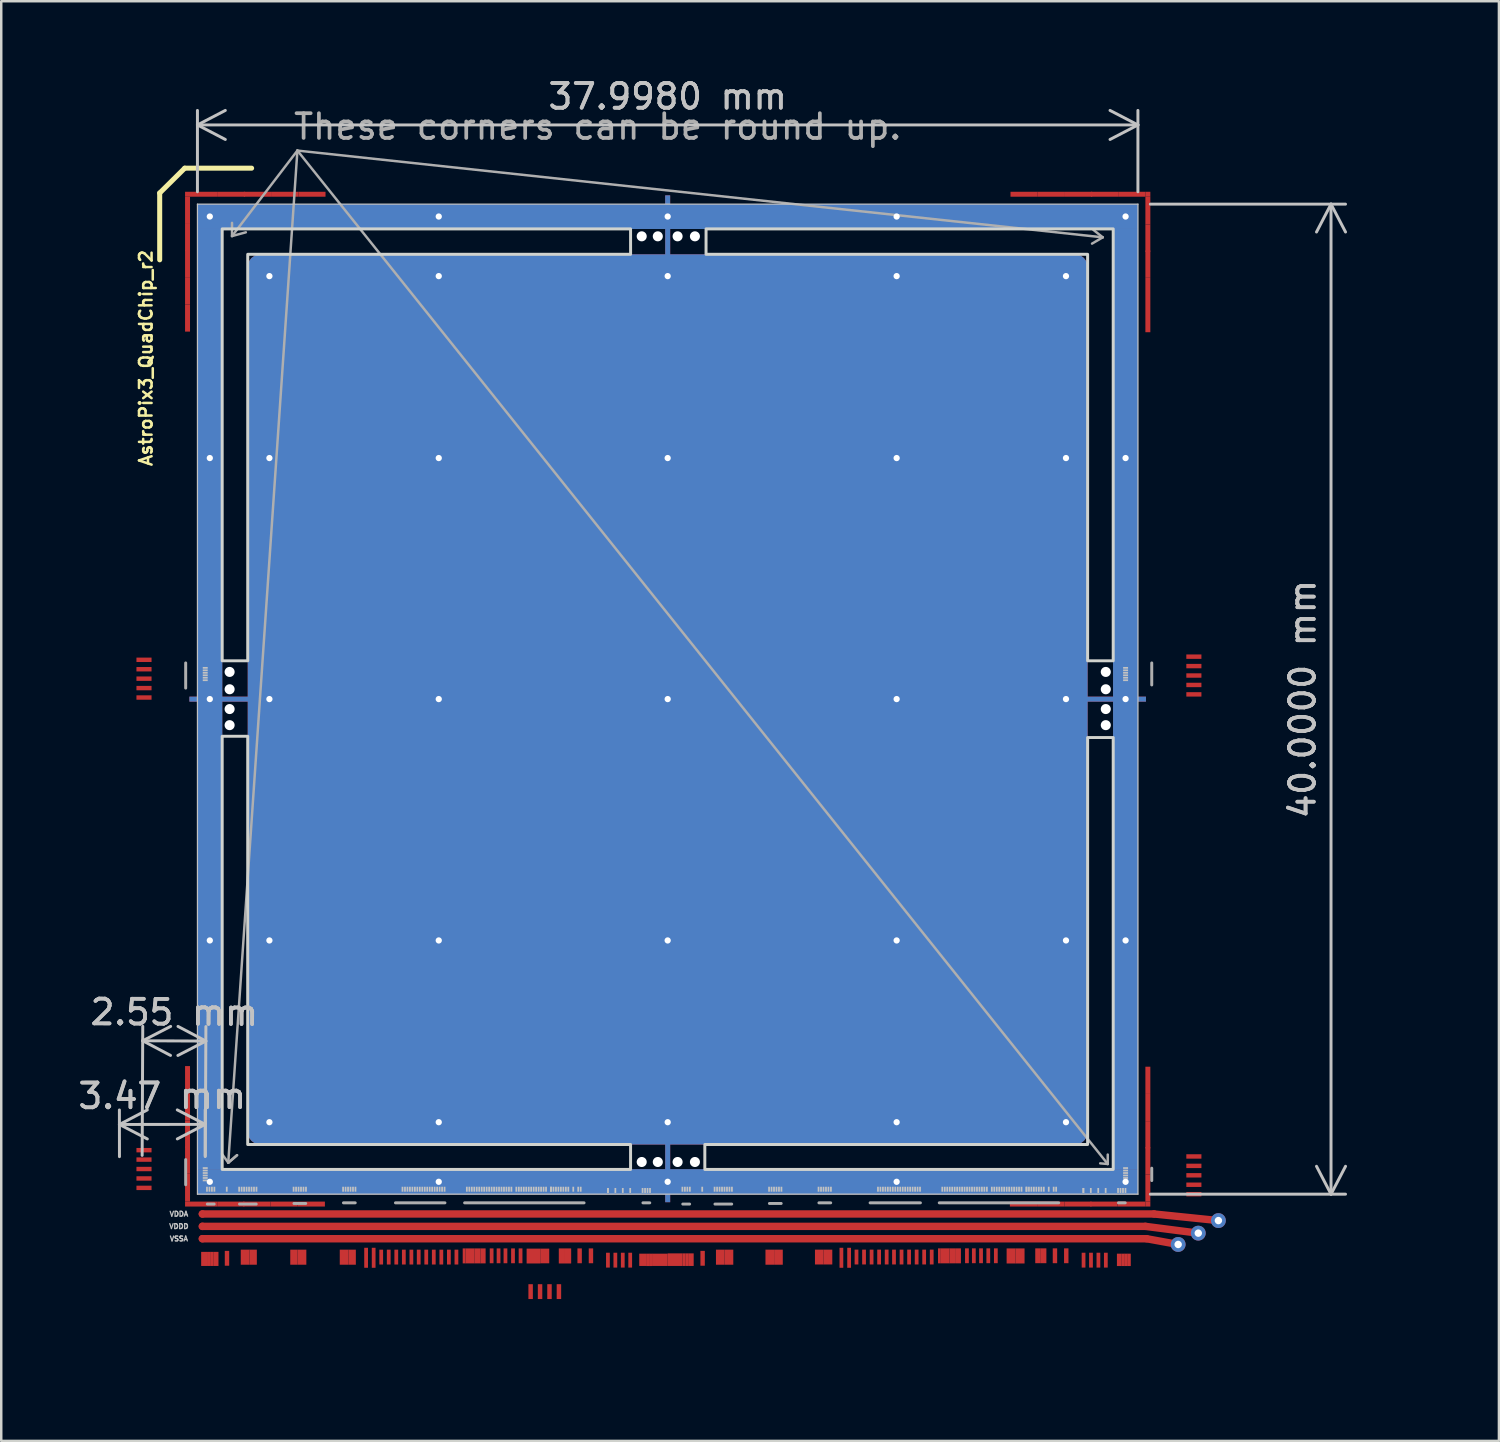
<source format=kicad_pcb>
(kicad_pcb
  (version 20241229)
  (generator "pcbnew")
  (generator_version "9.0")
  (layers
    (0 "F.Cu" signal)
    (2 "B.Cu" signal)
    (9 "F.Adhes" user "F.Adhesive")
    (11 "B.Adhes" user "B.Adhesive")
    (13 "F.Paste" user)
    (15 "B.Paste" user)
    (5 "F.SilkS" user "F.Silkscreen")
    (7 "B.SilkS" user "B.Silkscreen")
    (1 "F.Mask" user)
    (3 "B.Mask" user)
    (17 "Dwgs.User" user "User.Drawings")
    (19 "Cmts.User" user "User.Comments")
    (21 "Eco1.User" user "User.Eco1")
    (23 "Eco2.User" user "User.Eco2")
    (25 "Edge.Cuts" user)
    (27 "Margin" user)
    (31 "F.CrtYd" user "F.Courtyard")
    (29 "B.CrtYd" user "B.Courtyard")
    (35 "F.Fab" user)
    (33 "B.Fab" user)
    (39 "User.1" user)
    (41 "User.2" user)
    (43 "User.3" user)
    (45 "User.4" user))
  (footprint "AstroPix3_QuadChip_r2"
    (layer "F.Cu")
    (at 4.927 45.198)
    (property "Reference" "AstroPix3_QuadChip_r2" (at -2.083 -33.782 90) (unlocked yes) (layer "F.SilkS") (effects (font (size 0.508 0.508) (thickness 0.102))))
    (attr through_hole exclude_from_bom allow_missing_courtyard)
    (fp_line (start 38.3 1.3) (end 0.2 1.3) (stroke (width 0.3) (type default)) (layer "F.Cu"))
    (fp_line (start 38.35 1.8) (end 0.2 1.8) (stroke (width 0.3) (type default)) (layer "F.Cu"))
    (fp_line (start 38.65 0.8) (end 0.2 0.8) (stroke (width 0.3) (type default)) (layer "F.Cu"))
    (fp_line (start 39.624 2.032) (end 38.35 1.8) (stroke (width 0.3) (type default)) (layer "F.Cu"))
    (fp_line (start 40.437 1.575) (end 38.3 1.3) (stroke (width 0.3) (type default)) (layer "F.Cu"))
    (fp_line (start 41.25 1.067) (end 38.65 0.8) (stroke (width 0.3) (type default)) (layer "F.Cu"))
    (fp_rect (start -0.5 -4.075) (end -0.3 -5.175) (stroke (width 0) (type solid)) (fill yes) (layer "F.Cu"))
    (fp_rect (start -0.5 -2.975) (end -0.3 -4.075) (stroke (width 0) (type solid)) (fill yes) (layer "F.Cu"))
    (fp_rect (start -0.5 -1.875) (end -0.3 -2.975) (stroke (width 0) (type solid)) (fill yes) (layer "F.Cu"))
    (fp_rect (start -0.5 -0.825) (end -0.3 -1.925) (stroke (width 0) (type solid)) (fill yes) (layer "F.Cu"))
    (fp_rect (start -0.5 -0.825) (end -0.3 0.3) (stroke (width 0) (type solid)) (fill yes) (layer "F.Cu"))
    (fp_rect (start -0.5 0.3) (end -0.3 0.5) (stroke (width 0) (type solid)) (fill yes) (layer "F.Cu"))
    (fp_rect (start -0.3 -40.5) (end -0.5 -40.3) (stroke (width 0) (type solid)) (fill yes) (layer "F.Cu"))
    (fp_rect (start -0.3 -40.3) (end -0.5 -39.2) (stroke (width 0) (type solid)) (fill yes) (layer "F.Cu"))
    (fp_rect (start -0.3 -39.2) (end -0.5 -38.1) (stroke (width 0) (type solid)) (fill yes) (layer "F.Cu"))
    (fp_rect (start -0.3 -38.15) (end -0.5 -37.05) (stroke (width 0) (type solid)) (fill yes) (layer "F.Cu"))
    (fp_rect (start -0.3 -37.05) (end -0.5 -35.95) (stroke (width 0) (type solid)) (fill yes) (layer "F.Cu"))
    (fp_rect (start -0.3 -35.95) (end -0.5 -34.85) (stroke (width 0) (type solid)) (fill yes) (layer "F.Cu"))
    (fp_rect (start -0.3 0.3) (end 0.8 0.5) (stroke (width 0) (type solid)) (fill yes) (layer "F.Cu"))
    (fp_rect (start 0.8 0.3) (end 1.9 0.5) (stroke (width 0) (type solid)) (fill yes) (layer "F.Cu"))
    (fp_rect (start 0.825 -40.5) (end -0.3 -40.3) (stroke (width 0) (type solid)) (fill yes) (layer "F.Cu"))
    (fp_rect (start 0.825 -40.5) (end 1.925 -40.3) (stroke (width 0) (type solid)) (fill yes) (layer "F.Cu"))
    (fp_rect (start 1.85 0.3) (end 2.95 0.5) (stroke (width 0) (type solid)) (fill yes) (layer "F.Cu"))
    (fp_rect (start 1.875 -40.5) (end 2.975 -40.3) (stroke (width 0) (type solid)) (fill yes) (layer "F.Cu"))
    (fp_rect (start 2.95 0.3) (end 4.05 0.5) (stroke (width 0) (type solid)) (fill yes) (layer "F.Cu"))
    (fp_rect (start 2.975 -40.5) (end 4.075 -40.3) (stroke (width 0) (type solid)) (fill yes) (layer "F.Cu"))
    (fp_rect (start 4.05 0.3) (end 5.15 0.5) (stroke (width 0) (type solid)) (fill yes) (layer "F.Cu"))
    (fp_rect (start 4.075 -40.5) (end 5.175 -40.3) (stroke (width 0) (type solid)) (fill yes) (layer "F.Cu"))
    (fp_rect (start 33.925 0.5) (end 32.825 0.3) (stroke (width 0) (type solid)) (fill yes) (layer "F.Cu"))
    (fp_rect (start 33.95 -40.3) (end 32.85 -40.5) (stroke (width 0) (type solid)) (fill yes) (layer "F.Cu"))
    (fp_rect (start 35.025 0.5) (end 33.925 0.3) (stroke (width 0) (type solid)) (fill yes) (layer "F.Cu"))
    (fp_rect (start 35.05 -40.3) (end 33.95 -40.5) (stroke (width 0) (type solid)) (fill yes) (layer "F.Cu"))
    (fp_rect (start 36.125 0.5) (end 35.025 0.3) (stroke (width 0) (type solid)) (fill yes) (layer "F.Cu"))
    (fp_rect (start 36.15 -40.3) (end 35.05 -40.5) (stroke (width 0) (type solid)) (fill yes) (layer "F.Cu"))
    (fp_rect (start 37.175 0.5) (end 36.075 0.3) (stroke (width 0) (type solid)) (fill yes) (layer "F.Cu"))
    (fp_rect (start 37.175 0.5) (end 38.3 0.3) (stroke (width 0) (type solid)) (fill yes) (layer "F.Cu"))
    (fp_rect (start 37.2 -40.3) (end 36.1 -40.5) (stroke (width 0) (type solid)) (fill yes) (layer "F.Cu"))
    (fp_rect (start 38.3 -40.3) (end 37.2 -40.5) (stroke (width 0) (type solid)) (fill yes) (layer "F.Cu"))
    (fp_rect (start 38.3 -4.05) (end 38.5 -5.15) (stroke (width 0) (type solid)) (fill yes) (layer "F.Cu"))
    (fp_rect (start 38.3 -2.95) (end 38.5 -4.05) (stroke (width 0) (type solid)) (fill yes) (layer "F.Cu"))
    (fp_rect (start 38.3 -1.85) (end 38.5 -2.95) (stroke (width 0) (type solid)) (fill yes) (layer "F.Cu"))
    (fp_rect (start 38.3 -0.8) (end 38.5 -1.9) (stroke (width 0) (type solid)) (fill yes) (layer "F.Cu"))
    (fp_rect (start 38.3 0.3) (end 38.5 -0.8) (stroke (width 0) (type solid)) (fill yes) (layer "F.Cu"))
    (fp_rect (start 38.3 0.5) (end 38.5 0.3) (stroke (width 0) (type solid)) (fill yes) (layer "F.Cu"))
    (fp_rect (start 38.5 -40.3) (end 38.3 -40.5) (stroke (width 0) (type solid)) (fill yes) (layer "F.Cu"))
    (fp_rect (start 38.5 -39.175) (end 38.3 -40.3) (stroke (width 0) (type solid)) (fill yes) (layer "F.Cu"))
    (fp_rect (start 38.5 -39.175) (end 38.3 -38.075) (stroke (width 0) (type solid)) (fill yes) (layer "F.Cu"))
    (fp_rect (start 38.5 -38.125) (end 38.3 -37.025) (stroke (width 0) (type solid)) (fill yes) (layer "F.Cu"))
    (fp_rect (start 38.5 -37.025) (end 38.3 -35.925) (stroke (width 0) (type solid)) (fill yes) (layer "F.Cu"))
    (fp_rect (start 38.5 -35.925) (end 38.3 -34.825) (stroke (width 0) (type solid)) (fill yes) (layer "F.Cu"))
    (fp_poly (pts (xy 23.85 -0.4) (xy 20.65 -0.4) (xy 20.65 -1.25) (xy 23.85 -1.25)) (stroke (width 0.1) (type solid)) (fill yes) (layer "F.Mask"))
    (fp_poly (pts (xy -1.038 -0.05) (xy -2.54 -0.05) (xy -2.54 -1.168) (xy -2.54 -2.005) (xy -1.981 -2.005) (xy -1.038 -2.54)) (stroke (width 0.1) (type solid)) (fill yes) (layer "F.Mask"))
    (fp_poly (pts (xy 40.64 -20.031) (xy 39.675 -20.031) (xy 39.116 -19.812) (xy 39.116 -22.098) (xy 39.624 -21.905) (xy 40.64 -21.905)) (stroke (width 0.1) (type solid)) (fill yes) (layer "F.Mask"))
    (fp_poly (pts (xy 40.65 -1.675) (xy 40.65 0.35) (xy 38.842 0.207) (xy 38.842 -2.489) (xy 40.1 -1.7) (xy 40.575 -1.7)) (stroke (width 0.1) (type solid)) (fill yes) (layer "F.Mask"))
    (fp_poly (pts (xy 40.65 0.35) (xy 38.842 0.207) (xy 38.825 2.4) (xy 39.825 2.4) (xy 41.625 1.275) (xy 41.625 0.825)) (stroke (width 0.1) (type solid)) (fill yes) (layer "F.Mask"))
    (fp_poly (pts (xy -1 -19.55) (xy -1.295 -19.89) (xy -2.591 -19.889) (xy -2.591 -20.371) (xy -2.591 -21.488) (xy -2.591 -21.778) (xy -1.372 -21.778) (xy -1 -22.1)) (stroke (width 0.1) (type solid)) (fill yes) (layer "F.Mask"))
    (fp_poly (pts (xy 39.075 2.3) (xy 37.973 3.175) (xy 14.84 3.24) (xy 14.732 3.302) (xy 14.732 4.318) (xy 13.335 4.318) (xy 13.335 3.302) (xy 13.2 3.24) (xy -0.15 3.2) (xy -1.15 0.65) (xy -1.194 -40.375) (xy -0.6 -41) (xy 39.075 -41)) (stroke (width 0.1) (type solid)) (fill yes) (layer "F.Mask"))
    (fp_rect (start -0.508 -40.513) (end 38.608 0.508) (stroke (width 0.12) (type solid)) (fill yes) (layer "B.Mask"))
    (fp_line (start -1.525 -37.75) (end -1.525 -40.45) (stroke (width 0.203) (type default)) (layer "F.SilkS"))
    (fp_line (start -0.513 -41.453) (end -1.525 -40.45) (stroke (width 0.203) (type default)) (layer "F.SilkS"))
    (fp_line (start -0.513 -41.453) (end 2.189 -41.453) (stroke (width 0.203) (type default)) (layer "F.SilkS"))
    (fp_line (start 0 -40) (end 0 0) (stroke (width 0.05) (type solid)) (layer "Dwgs.User"))
    (fp_line (start 38 -40) (end 0 -40) (stroke (width 0.05) (type solid)) (layer "Dwgs.User"))
    (fp_line (start 38 -40) (end 38 0) (stroke (width 0.05) (type solid)) (layer "Dwgs.User"))
    (fp_line (start 38 0) (end 0 0) (stroke (width 0.05) (type solid)) (layer "Dwgs.User"))
    (fp_poly (pts (xy 1 -21.55) (xy 2.032 -21.55) (xy 2.032 -37.973) (xy 17.501 -37.973) (xy 17.5 -39) (xy 1 -39)) (stroke (width 0.12) (type solid)) (fill no) (layer "Edge.Cuts"))
    (fp_poly (pts (xy 17.5 -1) (xy 17.5 -2.007) (xy 2.031 -2.007) (xy 2.032 -18.5) (xy 1 -18.5) (xy 1 -1)) (stroke (width 0.12) (type solid)) (fill no) (layer "Edge.Cuts"))
    (fp_poly (pts (xy 20.55 -39) (xy 20.549 -37.973) (xy 35.966 -37.973) (xy 35.966 -21.55) (xy 37 -21.55) (xy 37 -39)) (stroke (width 0.12) (type solid)) (fill no) (layer "Edge.Cuts"))
    (fp_poly (pts (xy 37 -18.45) (xy 35.966 -18.45) (xy 35.966 -2.007) (xy 20.5 -2.007) (xy 20.5 -1) (xy 37 -1)) (stroke (width 0.12) (type solid)) (fill no) (layer "Edge.Cuts"))
    (fp_line (start -0.475 -20.447) (end -0.475 -21.463) (stroke (width 0.12) (type solid)) (layer "F.Fab"))
    (fp_line (start -0.475 -0.381) (end -0.475 -1.397) (stroke (width 0.12) (type solid)) (layer "F.Fab"))
    (fp_line (start 0.4 0.4) (end 0.675 0.4) (stroke (width 0.12) (type solid)) (layer "F.Fab"))
    (fp_line (start 1.245 -1.27) (end 0.991 -1.626) (stroke (width 0.1) (type default)) (layer "F.Fab"))
    (fp_line (start 1.245 -1.27) (end 1.6 -1.575) (stroke (width 0.1) (type default)) (layer "F.Fab"))
    (fp_line (start 1.397 -38.71) (end 1.397 -39.243) (stroke (width 0.1) (type default)) (layer "F.Fab"))
    (fp_line (start 1.397 -38.71) (end 1.956 -38.862) (stroke (width 0.1) (type default)) (layer "F.Fab"))
    (fp_line (start 1.6 -1.575) (end 1.245 -1.27) (stroke (width 0.1) (type default)) (layer "F.Fab"))
    (fp_line (start 1.7 0.4) (end 2.375 0.4) (stroke (width 0.12) (type solid)) (layer "F.Fab"))
    (fp_line (start 3.9 0.375) (end 4.375 0.375) (stroke (width 0.12) (type solid)) (layer "F.Fab"))
    (fp_line (start 4.039 -42.164) (end 1.245 -1.27) (stroke (width 0.1) (type default)) (layer "F.Fab"))
    (fp_line (start 4.039 -42.164) (end 1.397 -38.71) (stroke (width 0.1) (type default)) (layer "F.Fab"))
    (fp_line (start 4.039 -42.164) (end 36.576 -38.659) (stroke (width 0.1) (type default)) (layer "F.Fab"))
    (fp_line (start 4.039 -42.164) (end 36.779 -1.219) (stroke (width 0.1) (type default)) (layer "F.Fab"))
    (fp_line (start 5.9 0.35) (end 6.375 0.35) (stroke (width 0.12) (type solid)) (layer "F.Fab"))
    (fp_line (start 8.001 0.35) (end 10 0.35) (stroke (width 0.12) (type solid)) (layer "F.Fab"))
    (fp_line (start 10.795 0.35) (end 15.621 0.35) (stroke (width 0.12) (type solid)) (layer "F.Fab"))
    (fp_line (start 18 0.35) (end 18.275 0.35) (stroke (width 0.12) (type solid)) (layer "F.Fab"))
    (fp_line (start 19.61 0.4) (end 19.885 0.4) (stroke (width 0.12) (type solid)) (layer "F.Fab"))
    (fp_line (start 20.91 0.4) (end 21.585 0.4) (stroke (width 0.12) (type solid)) (layer "F.Fab"))
    (fp_line (start 23.11 0.375) (end 23.585 0.375) (stroke (width 0.12) (type solid)) (layer "F.Fab"))
    (fp_line (start 25.11 0.35) (end 25.585 0.35) (stroke (width 0.12) (type solid)) (layer "F.Fab"))
    (fp_line (start 27.178 0.35) (end 29.21 0.35) (stroke (width 0.12) (type solid)) (layer "F.Fab"))
    (fp_line (start 29.972 0.35) (end 34.798 0.35) (stroke (width 0.12) (type solid)) (layer "F.Fab"))
    (fp_line (start 36.576 -38.659) (end 36.144 -38.405) (stroke (width 0.1) (type default)) (layer "F.Fab"))
    (fp_line (start 36.576 -38.659) (end 36.195 -38.964) (stroke (width 0.1) (type default)) (layer "F.Fab"))
    (fp_line (start 36.779 -1.219) (end 36.474 -1.245) (stroke (width 0.1) (type default)) (layer "F.Fab"))
    (fp_line (start 36.779 -1.219) (end 36.779 -1.6) (stroke (width 0.1) (type default)) (layer "F.Fab"))
    (fp_line (start 37.21 0.35) (end 37.485 0.35) (stroke (width 0.12) (type solid)) (layer "F.Fab"))
    (fp_line (start 38.557 -20.574) (end 38.557 -21.463) (stroke (width 0.12) (type solid)) (layer "F.Fab"))
    (fp_line (start 38.557 -0.55) (end 38.557 -1.05) (stroke (width 0.12) (type solid)) (layer "F.Fab"))
    (fp_line (start -2.286 -21.209) (end 0.305 -21.158) (stroke (width 0.05) (type solid)) (layer "User.2"))
    (fp_line (start -2.159 -21.59) (end 0.325 -21.265) (stroke (width 0.05) (type solid)) (layer "User.2"))
    (fp_line (start -2.159 -20.828) (end 0.367 -21.069) (stroke (width 0.05) (type solid)) (layer "User.2"))
    (fp_line (start -2.159 -20.447) (end 0.32 -20.96) (stroke (width 0.05) (type solid)) (layer "User.2"))
    (fp_line (start -2.159 -1.397) (end 0.356 -0.95) (stroke (width 0.05) (type solid)) (layer "User.2"))
    (fp_line (start -2.159 -1.016) (end 0.305 -0.859) (stroke (width 0.05) (type solid)) (layer "User.2"))
    (fp_line (start -2.159 -0.635) (end 0.32 -0.75) (stroke (width 0.05) (type solid)) (layer "User.2"))
    (fp_line (start -2.159 -0.254) (end 0.305 -0.655) (stroke (width 0.05) (type solid)) (layer "User.2"))
    (fp_line (start -2.032 -20.066) (end 0.365 -20.865) (stroke (width 0.05) (type solid)) (layer "User.2"))
    (fp_line (start -2.032 -1.778) (end 0.325 -1.055) (stroke (width 0.05) (type solid)) (layer "User.2"))
    (fp_line (start 0.386 -0.156) (end 0.394 2.539) (stroke (width 0.05) (type solid)) (layer "User.2"))
    (fp_line (start 0.481 -0.156) (end 0.489 2.539) (stroke (width 0.05) (type solid)) (layer "User.2"))
    (fp_line (start 0.586 -0.161) (end 0.594 2.534) (stroke (width 0.05) (type solid)) (layer "User.2"))
    (fp_line (start 0.688 -0.164) (end 0.695 2.531) (stroke (width 0.05) (type solid)) (layer "User.2"))
    (fp_line (start 1.181 -0.181) (end 1.185 2.591) (stroke (width 0.05) (type solid)) (layer "User.2"))
    (fp_line (start 1.685 -0.19) (end 1.685 1.605) (stroke (width 0.05) (type solid)) (layer "User.2"))
    (fp_line (start 1.785 -0.193) (end 1.785 1.603) (stroke (width 0.05) (type solid)) (layer "User.2"))
    (fp_line (start 1.88 -0.2) (end 1.88 0.81) (stroke (width 0.05) (type solid)) (layer "User.2"))
    (fp_line (start 1.981 -0.166) (end 1.989 2.529) (stroke (width 0.05) (type solid)) (layer "User.2"))
    (fp_line (start 2.085 -0.205) (end 2.085 0.805) (stroke (width 0.05) (type solid)) (layer "User.2"))
    (fp_line (start 2.176 -0.171) (end 2.18 2.541) (stroke (width 0.05) (type solid)) (layer "User.2"))
    (fp_line (start 2.285 -0.198) (end 2.285 1.597) (stroke (width 0.05) (type solid)) (layer "User.2"))
    (fp_line (start 2.385 -0.198) (end 2.385 1.597) (stroke (width 0.05) (type solid)) (layer "User.2"))
    (fp_line (start 3.885 -0.195) (end 3.885 0.815) (stroke (width 0.05) (type solid)) (layer "User.2"))
    (fp_line (start 3.98 -0.171) (end 3.98 2.541) (stroke (width 0.05) (type solid)) (layer "User.2"))
    (fp_line (start 4.085 -0.195) (end 4.085 0.815) (stroke (width 0.05) (type solid)) (layer "User.2"))
    (fp_line (start 4.191 -0.156) (end 4.199 2.539) (stroke (width 0.05) (type solid)) (layer "User.2"))
    (fp_line (start 4.285 -0.193) (end 4.285 1.603) (stroke (width 0.05) (type solid)) (layer "User.2"))
    (fp_line (start 4.385 -0.193) (end 4.385 1.603) (stroke (width 0.05) (type solid)) (layer "User.2"))
    (fp_line (start 5.885 -0.205) (end 5.885 0.805) (stroke (width 0.05) (type solid)) (layer "User.2"))
    (fp_line (start 5.975 -0.141) (end 5.975 2.541) (stroke (width 0.05) (type solid)) (layer "User.2"))
    (fp_line (start 6.085 -0.2) (end 6.085 0.81) (stroke (width 0.05) (type solid)) (layer "User.2"))
    (fp_line (start 6.186 -0.156) (end 6.194 2.539) (stroke (width 0.05) (type solid)) (layer "User.2"))
    (fp_line (start 6.285 -0.193) (end 6.285 1.603) (stroke (width 0.05) (type solid)) (layer "User.2"))
    (fp_line (start 6.385 -0.193) (end 6.385 1.603) (stroke (width 0.05) (type solid)) (layer "User.2"))
    (fp_line (start 8.297 -0.088) (end 6.8 2.3) (stroke (width 0.05) (type solid)) (layer "User.2"))
    (fp_line (start 8.398 -0.154) (end 7.12 2.37) (stroke (width 0.05) (type solid)) (layer "User.2"))
    (fp_line (start 8.492 -0.193) (end 7.822 1.272) (stroke (width 0.05) (type solid)) (layer "User.2"))
    (fp_line (start 8.6 -0.154) (end 7.416 2.593) (stroke (width 0.05) (type solid)) (layer "User.2"))
    (fp_line (start 8.703 -0.154) (end 7.721 2.542) (stroke (width 0.05) (type solid)) (layer "User.2"))
    (fp_line (start 8.795 -0.179) (end 8.025 2.491) (stroke (width 0.05) (type solid)) (layer "User.2"))
    (fp_line (start 8.895 -0.154) (end 8.33 2.44) (stroke (width 0.05) (type solid)) (layer "User.2"))
    (fp_line (start 8.998 -0.144) (end 8.635 2.491) (stroke (width 0.05) (type solid)) (layer "User.2"))
    (fp_line (start 9.1 -0.154) (end 8.94 2.491) (stroke (width 0.05) (type solid)) (layer "User.2"))
    (fp_line (start 9.2 -0.159) (end 9.245 2.542) (stroke (width 0.05) (type solid)) (layer "User.2"))
    (fp_line (start 9.308 -0.154) (end 9.549 2.491) (stroke (width 0.05) (type solid)) (layer "User.2"))
    (fp_line (start 9.395 -0.154) (end 9.854 2.542) (stroke (width 0.05) (type solid)) (layer "User.2"))
    (fp_line (start 9.495 -0.154) (end 10.159 2.541) (stroke (width 0.05) (type solid)) (layer "User.2"))
    (fp_line (start 9.593 -0.129) (end 10.464 2.491) (stroke (width 0.05) (type solid)) (layer "User.2"))
    (fp_line (start 9.692 -0.191) (end 10.21 1.272) (stroke (width 0.05) (type solid)) (layer "User.2"))
    (fp_line (start 9.803 -0.201) (end 10.8 2.29) (stroke (width 0.05) (type solid)) (layer "User.2"))
    (fp_line (start 10.892 -0.191) (end 10.719 1.604) (stroke (width 0.05) (type solid)) (layer "User.2"))
    (fp_line (start 10.997 -0.186) (end 10.871 1.702) (stroke (width 0.05) (type solid)) (layer "User.2"))
    (fp_line (start 11.092 -0.188) (end 11.024 0.864) (stroke (width 0.05) (type solid)) (layer "User.2"))
    (fp_line (start 11.192 -0.193) (end 11.125 0.817) (stroke (width 0.05) (type solid)) (layer "User.2"))
    (fp_line (start 11.298 -0.139) (end 11.124 2.491) (stroke (width 0.05) (type solid)) (layer "User.2"))
    (fp_line (start 11.374 -0.21) (end 11.378 2.491) (stroke (width 0.05) (type solid)) (layer "User.2"))
    (fp_line (start 11.898 -0.159) (end 11.632 2.491) (stroke (width 0.05) (type solid)) (layer "User.2"))
    (fp_line (start 11.992 -0.198) (end 11.913 0.838) (stroke (width 0.05) (type solid)) (layer "User.2"))
    (fp_line (start 12.1 -0.154) (end 11.886 2.542) (stroke (width 0.05) (type solid)) (layer "User.2"))
    (fp_line (start 12.193 -0.144) (end 12.166 2.542) (stroke (width 0.05) (type solid)) (layer "User.2"))
    (fp_line (start 12.4 -0.149) (end 12.445 2.491) (stroke (width 0.05) (type solid)) (layer "User.2"))
    (fp_line (start 12.503 -0.139) (end 12.75 2.491) (stroke (width 0.05) (type solid)) (layer "User.2"))
    (fp_line (start 12.592 -0.198) (end 12.699 0.812) (stroke (width 0.05) (type solid)) (layer "User.2"))
    (fp_line (start 12.69 -0.1) (end 13.055 2.44) (stroke (width 0.05) (type solid)) (layer "User.2"))
    (fp_line (start 13.092 -0.196) (end 13.1 1.678) (stroke (width 0.05) (type solid)) (layer "User.2"))
    (fp_line (start 13.192 -0.193) (end 13.2 0.866) (stroke (width 0.05) (type solid)) (layer "User.2"))
    (fp_line (start 13.295 -0.149) (end 13.335 2.491) (stroke (width 0.05) (type solid)) (layer "User.2"))
    (fp_line (start 13.385 -0.2) (end 13.462 3.937) (stroke (width 0.05) (type default)) (layer "User.2"))
    (fp_line (start 13.485 -0.2) (end 13.843 3.937) (stroke (width 0.05) (type default)) (layer "User.2"))
    (fp_line (start 13.792 -0.198) (end 13.843 0.866) (stroke (width 0.05) (type solid)) (layer "User.2"))
    (fp_line (start 13.89 -0.154) (end 13.97 2.541) (stroke (width 0.05) (type solid)) (layer "User.2"))
    (fp_line (start 13.985 -0.2) (end 14.224 3.937) (stroke (width 0.05) (type default)) (layer "User.2"))
    (fp_line (start 14.085 -0.2) (end 14.605 3.937) (stroke (width 0.05) (type default)) (layer "User.2"))
    (fp_line (start 14.485 -0.203) (end 14.485 1.593) (stroke (width 0.05) (type solid)) (layer "User.2"))
    (fp_line (start 14.492 -0.201) (end 14.492 1.594) (stroke (width 0.05) (type solid)) (layer "User.2"))
    (fp_line (start 14.585 -0.2) (end 14.585 0.81) (stroke (width 0.05) (type solid)) (layer "User.2"))
    (fp_line (start 14.592 -0.198) (end 14.592 0.812) (stroke (width 0.05) (type solid)) (layer "User.2"))
    (fp_line (start 14.705 -0.154) (end 14.708 2.542) (stroke (width 0.05) (type solid)) (layer "User.2"))
    (fp_line (start 14.785 -0.198) (end 14.785 1.597) (stroke (width 0.05) (type solid)) (layer "User.2"))
    (fp_line (start 14.792 -0.196) (end 14.792 1.599) (stroke (width 0.05) (type solid)) (layer "User.2"))
    (fp_line (start 14.885 -0.2) (end 14.885 0.81) (stroke (width 0.05) (type solid)) (layer "User.2"))
    (fp_line (start 14.892 -0.198) (end 14.892 0.812) (stroke (width 0.05) (type solid)) (layer "User.2"))
    (fp_line (start 15 -0.179) (end 14.985 2.491) (stroke (width 0.05) (type solid)) (layer "User.2"))
    (fp_line (start 15.198 -0.167) (end 15.442 2.491) (stroke (width 0.05) (type solid)) (layer "User.2"))
    (fp_line (start 15.397 -0.196) (end 15.544 1.209) (stroke (width 0.05) (type solid)) (layer "User.2"))
    (fp_line (start 15.488 -0.139) (end 15.899 2.288) (stroke (width 0.05) (type solid)) (layer "User.2"))
    (fp_line (start 16.586 -0.131) (end 16.594 2.564) (stroke (width 0.05) (type solid)) (layer "User.2"))
    (fp_line (start 16.881 -0.116) (end 16.889 2.579) (stroke (width 0.05) (type solid)) (layer "User.2"))
    (fp_line (start 17.181 -0.111) (end 17.189 2.584) (stroke (width 0.05) (type solid)) (layer "User.2"))
    (fp_line (start 17.486 -0.121) (end 17.494 2.574) (stroke (width 0.05) (type solid)) (layer "User.2"))
    (fp_line (start 17.986 -0.111) (end 17.994 2.584) (stroke (width 0.05) (type solid)) (layer "User.2"))
    (fp_line (start 18.071 -0.111) (end 18.079 2.584) (stroke (width 0.05) (type solid)) (layer "User.2"))
    (fp_line (start 18.181 -0.121) (end 18.189 2.574) (stroke (width 0.05) (type solid)) (layer "User.2"))
    (fp_line (start 18.281 -0.111) (end 18.289 2.584) (stroke (width 0.05) (type solid)) (layer "User.2"))
    (fp_line (start 19.603 -0.156) (end 19.611 2.539) (stroke (width 0.05) (type solid)) (layer "User.2"))
    (fp_line (start 19.698 -0.156) (end 19.706 2.539) (stroke (width 0.05) (type solid)) (layer "User.2"))
    (fp_line (start 19.803 -0.161) (end 19.811 2.534) (stroke (width 0.05) (type solid)) (layer "User.2"))
    (fp_line (start 19.904 -0.164) (end 19.912 2.531) (stroke (width 0.05) (type solid)) (layer "User.2"))
    (fp_line (start 20.398 -0.181) (end 20.402 2.591) (stroke (width 0.05) (type solid)) (layer "User.2"))
    (fp_line (start 20.895 -0.19) (end 20.895 1.605) (stroke (width 0.05) (type solid)) (layer "User.2"))
    (fp_line (start 20.995 -0.193) (end 20.995 1.603) (stroke (width 0.05) (type solid)) (layer "User.2"))
    (fp_line (start 21.09 -0.2) (end 21.09 0.81) (stroke (width 0.05) (type solid)) (layer "User.2"))
    (fp_line (start 21.198 -0.166) (end 21.206 2.529) (stroke (width 0.05) (type solid)) (layer "User.2"))
    (fp_line (start 21.295 -0.205) (end 21.295 0.805) (stroke (width 0.05) (type solid)) (layer "User.2"))
    (fp_line (start 21.393 -0.171) (end 21.397 2.541) (stroke (width 0.05) (type solid)) (layer "User.2"))
    (fp_line (start 21.495 -0.198) (end 21.495 1.597) (stroke (width 0.05) (type solid)) (layer "User.2"))
    (fp_line (start 21.595 -0.198) (end 21.595 1.597) (stroke (width 0.05) (type solid)) (layer "User.2"))
    (fp_line (start 23.095 -0.195) (end 23.095 0.815) (stroke (width 0.05) (type solid)) (layer "User.2"))
    (fp_line (start 23.197 -0.171) (end 23.197 2.541) (stroke (width 0.05) (type solid)) (layer "User.2"))
    (fp_line (start 23.295 -0.195) (end 23.295 0.815) (stroke (width 0.05) (type solid)) (layer "User.2"))
    (fp_line (start 23.408 -0.156) (end 23.416 2.539) (stroke (width 0.05) (type solid)) (layer "User.2"))
    (fp_line (start 23.495 -0.193) (end 23.495 1.603) (stroke (width 0.05) (type solid)) (layer "User.2"))
    (fp_line (start 23.595 -0.193) (end 23.595 1.603) (stroke (width 0.05) (type solid)) (layer "User.2"))
    (fp_line (start 25.095 -0.205) (end 25.095 0.805) (stroke (width 0.05) (type solid)) (layer "User.2"))
    (fp_line (start 25.192 -0.141) (end 25.192 2.541) (stroke (width 0.05) (type solid)) (layer "User.2"))
    (fp_line (start 25.295 -0.2) (end 25.295 0.81) (stroke (width 0.05) (type solid)) (layer "User.2"))
    (fp_line (start 25.403 -0.156) (end 25.411 2.539) (stroke (width 0.05) (type solid)) (layer "User.2"))
    (fp_line (start 25.495 -0.193) (end 25.495 1.603) (stroke (width 0.05) (type solid)) (layer "User.2"))
    (fp_line (start 25.595 -0.193) (end 25.595 1.603) (stroke (width 0.05) (type solid)) (layer "User.2"))
    (fp_line (start 27.507 -0.164) (end 26.01 2.32) (stroke (width 0.05) (type solid)) (layer "User.2"))
    (fp_line (start 27.602 -0.156) (end 26.34 2.31) (stroke (width 0.05) (type solid)) (layer "User.2"))
    (fp_line (start 27.695 -0.195) (end 27.026 1.27) (stroke (width 0.05) (type solid)) (layer "User.2"))
    (fp_line (start 27.803 -0.156) (end 26.619 2.591) (stroke (width 0.05) (type solid)) (layer "User.2"))
    (fp_line (start 27.907 -0.156) (end 26.924 2.54) (stroke (width 0.05) (type solid)) (layer "User.2"))
    (fp_line (start 27.998 -0.181) (end 27.229 2.489) (stroke (width 0.05) (type solid)) (layer "User.2"))
    (fp_line (start 28.098 -0.156) (end 27.534 2.438) (stroke (width 0.05) (type solid)) (layer "User.2"))
    (fp_line (start 28.202 -0.146) (end 27.838 2.489) (stroke (width 0.05) (type solid)) (layer "User.2"))
    (fp_line (start 28.303 -0.156) (end 28.143 2.489) (stroke (width 0.05) (type solid)) (layer "User.2"))
    (fp_line (start 28.403 -0.161) (end 28.448 2.54) (stroke (width 0.05) (type solid)) (layer "User.2"))
    (fp_line (start 28.512 -0.156) (end 28.753 2.489) (stroke (width 0.05) (type solid)) (layer "User.2"))
    (fp_line (start 28.598 -0.156) (end 29.058 2.54) (stroke (width 0.05) (type solid)) (layer "User.2"))
    (fp_line (start 28.698 -0.156) (end 29.362 2.539) (stroke (width 0.05) (type solid)) (layer "User.2"))
    (fp_line (start 28.797 -0.131) (end 29.667 2.489) (stroke (width 0.05) (type solid)) (layer "User.2"))
    (fp_line (start 28.895 -0.193) (end 29.413 1.27) (stroke (width 0.05) (type solid)) (layer "User.2"))
    (fp_line (start 29.007 -0.203) (end 29.99 2.37) (stroke (width 0.05) (type solid)) (layer "User.2"))
    (fp_line (start 30.095 -0.193) (end 29.972 1.676) (stroke (width 0.05) (type solid)) (layer "User.2"))
    (fp_line (start 30.2 -0.188) (end 30.099 1.702) (stroke (width 0.05) (type solid)) (layer "User.2"))
    (fp_line (start 30.295 -0.19) (end 30.226 0.813) (stroke (width 0.05) (type solid)) (layer "User.2"))
    (fp_line (start 30.395 -0.195) (end 30.328 0.815) (stroke (width 0.05) (type solid)) (layer "User.2"))
    (fp_line (start 30.502 -0.141) (end 30.328 2.489) (stroke (width 0.05) (type solid)) (layer "User.2"))
    (fp_line (start 30.607 -0.178) (end 30.582 2.489) (stroke (width 0.05) (type solid)) (layer "User.2"))
    (fp_line (start 31.102 -0.161) (end 30.734 2.489) (stroke (width 0.05) (type solid)) (layer "User.2"))
    (fp_line (start 31.195 -0.2) (end 31.115 0.81) (stroke (width 0.05) (type solid)) (layer "User.2"))
    (fp_line (start 31.303 -0.156) (end 31.09 2.54) (stroke (width 0.05) (type solid)) (layer "User.2"))
    (fp_line (start 31.397 -0.146) (end 31.369 2.54) (stroke (width 0.05) (type solid)) (layer "User.2"))
    (fp_line (start 31.603 -0.151) (end 31.648 2.489) (stroke (width 0.05) (type solid)) (layer "User.2"))
    (fp_line (start 31.707 -0.141) (end 31.953 2.489) (stroke (width 0.05) (type solid)) (layer "User.2"))
    (fp_line (start 31.795 -0.2) (end 31.902 0.81) (stroke (width 0.05) (type solid)) (layer "User.2"))
    (fp_line (start 31.902 -0.152) (end 32.258 2.438) (stroke (width 0.05) (type solid)) (layer "User.2"))
    (fp_line (start 32.295 -0.198) (end 32.41 1.676) (stroke (width 0.05) (type solid)) (layer "User.2"))
    (fp_line (start 32.395 -0.195) (end 32.512 0.864) (stroke (width 0.05) (type solid)) (layer "User.2"))
    (fp_line (start 32.498 -0.151) (end 32.868 2.489) (stroke (width 0.05) (type solid)) (layer "User.2"))
    (fp_line (start 32.995 -0.2) (end 32.918 0.864) (stroke (width 0.05) (type solid)) (layer "User.2"))
    (fp_line (start 33.093 -0.156) (end 33.325 2.539) (stroke (width 0.05) (type solid)) (layer "User.2"))
    (fp_line (start 33.695 -0.203) (end 33.695 1.593) (stroke (width 0.05) (type solid)) (layer "User.2"))
    (fp_line (start 33.795 -0.2) (end 33.795 0.81) (stroke (width 0.05) (type solid)) (layer "User.2"))
    (fp_line (start 33.908 -0.156) (end 33.912 2.54) (stroke (width 0.05) (type solid)) (layer "User.2"))
    (fp_line (start 33.995 -0.198) (end 33.995 1.597) (stroke (width 0.05) (type solid)) (layer "User.2"))
    (fp_line (start 34.095 -0.2) (end 34.095 0.81) (stroke (width 0.05) (type solid)) (layer "User.2"))
    (fp_line (start 34.203 -0.181) (end 34.188 2.489) (stroke (width 0.05) (type solid)) (layer "User.2"))
    (fp_line (start 34.402 -0.169) (end 34.646 2.489) (stroke (width 0.05) (type solid)) (layer "User.2"))
    (fp_line (start 34.6 -0.198) (end 34.747 1.208) (stroke (width 0.05) (type solid)) (layer "User.2"))
    (fp_line (start 34.692 -0.141) (end 35.103 2.286) (stroke (width 0.05) (type solid)) (layer "User.2"))
    (fp_line (start 35.803 -0.131) (end 35.811 2.564) (stroke (width 0.05) (type solid)) (layer "User.2"))
    (fp_line (start 36.098 -0.116) (end 36.106 2.579) (stroke (width 0.05) (type solid)) (layer "User.2"))
    (fp_line (start 36.398 -0.111) (end 36.406 2.584) (stroke (width 0.05) (type solid)) (layer "User.2"))
    (fp_line (start 36.703 -0.121) (end 36.711 2.574) (stroke (width 0.05) (type solid)) (layer "User.2"))
    (fp_line (start 37.203 -0.111) (end 37.211 2.584) (stroke (width 0.05) (type solid)) (layer "User.2"))
    (fp_line (start 37.288 -0.111) (end 37.296 2.584) (stroke (width 0.05) (type solid)) (layer "User.2"))
    (fp_line (start 37.398 -0.121) (end 37.406 2.574) (stroke (width 0.05) (type solid)) (layer "User.2"))
    (fp_line (start 37.498 -0.111) (end 37.506 2.584) (stroke (width 0.05) (type solid)) (layer "User.2"))
    (fp_line (start 37.5 -21.07) (end 40.259 -20.955) (stroke (width 0.05) (type solid)) (layer "User.2"))
    (fp_line (start 37.5 -0.86) (end 40.259 -0.762) (stroke (width 0.05) (type solid)) (layer "User.2"))
    (fp_line (start 37.508 -21.161) (end 40.259 -21.336) (stroke (width 0.05) (type solid)) (layer "User.2"))
    (fp_line (start 37.508 -0.951) (end 40.259 -1.143) (stroke (width 0.05) (type solid)) (layer "User.2"))
    (fp_line (start 37.51 -20.853) (end 40.284 -20.193) (stroke (width 0.05) (type solid)) (layer "User.2"))
    (fp_line (start 37.513 -21.261) (end 40.132 -21.717) (stroke (width 0.05) (type solid)) (layer "User.2"))
    (fp_line (start 37.513 -1.051) (end 40.259 -1.524) (stroke (width 0.05) (type solid)) (layer "User.2"))
    (fp_line (start 37.523 -0.656) (end 40.259 0) (stroke (width 0.05) (type solid)) (layer "User.2"))
    (fp_line (start 37.525 -0.751) (end 40.259 -0.381) (stroke (width 0.05) (type solid)) (layer "User.2"))
    (fp_line (start 37.528 -20.961) (end 40.259 -20.574) (stroke (width 0.05) (type solid)) (layer "User.2"))
    (fp_line (start 0.85 3.691) (end 1.2 3.041) (stroke (width 0.12) (type default)) (layer "User.3"))
    (fp_line (start 1.2 3.041) (end 0.95 3.141) (stroke (width 0.12) (type default)) (layer "User.3"))
    (fp_line (start 1.2 3.041) (end 1.25 3.291) (stroke (width 0.12) (type default)) (layer "User.3"))
    (fp_line (start 1.25 3.291) (end 1.2 3.041) (stroke (width 0.12) (type default)) (layer "User.3"))
    (fp_line (start 1.8 4.841) (end 2.134 3.048) (stroke (width 0.12) (type default)) (layer "User.3"))
    (fp_line (start 1.8 4.841) (end 3.607 2.997) (stroke (width 0.12) (type default)) (layer "User.3"))
    (fp_line (start 1.8 4.841) (end 5.537 3.099) (stroke (width 0.12) (type default)) (layer "User.3"))
    (fp_line (start 2.134 3.025) (end 1.932 3.199) (stroke (width 0.12) (type default)) (layer "User.3"))
    (fp_line (start 2.134 3.025) (end 2.234 3.275) (stroke (width 0.12) (type default)) (layer "User.3"))
    (fp_line (start 3.607 2.997) (end 3.404 2.997) (stroke (width 0.12) (type default)) (layer "User.3"))
    (fp_line (start 3.607 2.997) (end 3.607 3.2) (stroke (width 0.12) (type default)) (layer "User.3"))
    (fp_line (start 4.915 4.901) (end 6.609 3.052) (stroke (width 0.12) (type default)) (layer "User.3"))
    (fp_line (start 5.535 3.097) (end 5.385 2.997) (stroke (width 0.12) (type default)) (layer "User.3"))
    (fp_line (start 5.536 3.101) (end 5.486 3.251) (stroke (width 0.12) (type default)) (layer "User.3"))
    (fp_line (start 6.609 3.052) (end 6.409 3.052) (stroke (width 0.12) (type default)) (layer "User.3"))
    (fp_line (start 6.61 3.053) (end 6.61 3.253) (stroke (width 0.12) (type default)) (layer "User.3"))
    (fp_line (start 7.069 3.71) (end 7.368 3.005) (stroke (width 0.12) (type default)) (layer "User.3"))
    (fp_line (start 7.374 2.999) (end 7.221 3.101) (stroke (width 0.12) (type default)) (layer "User.3"))
    (fp_line (start 7.374 2.999) (end 7.416 3.202) (stroke (width 0.12) (type default)) (layer "User.3"))
    (fp_line (start 7.628 3.914) (end 7.729 2.948) (stroke (width 0.12) (type default)) (layer "User.3"))
    (fp_line (start 7.729 2.948) (end 7.577 3.101) (stroke (width 0.12) (type default)) (layer "User.3"))
    (fp_line (start 7.729 2.948) (end 7.831 3.152) (stroke (width 0.12) (type default)) (layer "User.3"))
    (fp_line (start 8.034 4.472) (end 8.06 2.948) (stroke (width 0.12) (type default)) (layer "User.3"))
    (fp_line (start 8.06 2.948) (end 7.933 3.05) (stroke (width 0.12) (type default)) (layer "User.3"))
    (fp_line (start 8.06 2.948) (end 8.161 3.05) (stroke (width 0.12) (type default)) (layer "User.3"))
    (fp_line (start 8.069 1.498) (end 8.249 2.128) (stroke (width 0.12) (type default)) (layer "User.3"))
    (fp_line (start 8.249 2.128) (end 8.129 2.038) (stroke (width 0.12) (type default)) (layer "User.3"))
    (fp_line (start 8.249 2.128) (end 8.309 1.998) (stroke (width 0.12) (type default)) (layer "User.3"))
    (fp_line (start 8.635 2.948) (end 8.533 3.152) (stroke (width 0.12) (type default)) (layer "User.3"))
    (fp_line (start 8.737 3.101) (end 8.635 2.948) (stroke (width 0.12) (type default)) (layer "User.3"))
    (fp_line (start 8.779 4.726) (end 8.635 2.948) (stroke (width 0.12) (type default)) (layer "User.3"))
    (fp_line (start 9.6 3.05) (end 9.549 3.152) (stroke (width 0.12) (type default)) (layer "User.3"))
    (fp_line (start 9.6 3.05) (end 9.702 3.05) (stroke (width 0.12) (type default)) (layer "User.3"))
    (fp_line (start 9.905 3.558) (end 9.6 3.05) (stroke (width 0.12) (type default)) (layer "User.3"))
    (fp_line (start 10.946 3.036) (end 10.87 3.225) (stroke (width 0.12) (type default)) (layer "User.3"))
    (fp_line (start 10.946 3.036) (end 11.073 3.124) (stroke (width 0.12) (type default)) (layer "User.3"))
    (fp_line (start 11.073 3.479) (end 10.946 3.036) (stroke (width 0.12) (type default)) (layer "User.3"))
    (fp_line (start 11.734 3.685) (end 11.835 2.923) (stroke (width 0.12) (type default)) (layer "User.3"))
    (fp_line (start 11.835 2.923) (end 11.718 3.025) (stroke (width 0.12) (type default)) (layer "User.3"))
    (fp_line (start 11.835 2.923) (end 11.886 3.075) (stroke (width 0.12) (type default)) (layer "User.3"))
    (fp_line (start 12.115 4.345) (end 12.166 2.923) (stroke (width 0.12) (type default)) (layer "User.3"))
    (fp_line (start 12.166 2.923) (end 12.048 3.075) (stroke (width 0.12) (type default)) (layer "User.3"))
    (fp_line (start 12.166 2.923) (end 12.267 3.101) (stroke (width 0.12) (type default)) (layer "User.3"))
    (fp_line (start 12.394 3.101) (end 12.496 2.948) (stroke (width 0.12) (type default)) (layer "User.3"))
    (fp_line (start 12.496 2.948) (end 12.648 3.05) (stroke (width 0.12) (type default)) (layer "User.3"))
    (fp_line (start 12.648 4.752) (end 12.496 2.948) (stroke (width 0.12) (type default)) (layer "User.3"))
    (fp_line (start 12.801 2.923) (end 12.724 3.126) (stroke (width 0.12) (type default)) (layer "User.3"))
    (fp_line (start 12.801 2.923) (end 12.928 3.05) (stroke (width 0.12) (type default)) (layer "User.3"))
    (fp_line (start 12.928 4.117) (end 12.801 2.923) (stroke (width 0.12) (type default)) (layer "User.3"))
    (fp_line (start 13.156 3.113) (end 13.105 2.91) (stroke (width 0.12) (type default)) (layer "User.3"))
    (fp_line (start 13.309 2.961) (end 13.105 2.91) (stroke (width 0.12) (type default)) (layer "User.3"))
    (fp_line (start 13.563 3.393) (end 13.105 2.91) (stroke (width 0.12) (type default)) (layer "User.3"))
    (fp_line (start 15.448 2.942) (end 15.335 3.102) (stroke (width 0.12) (type default)) (layer "User.3"))
    (fp_line (start 15.459 2.942) (end 15.589 3.056) (stroke (width 0.12) (type default)) (layer "User.3"))
    (fp_line (start 15.538 3.666) (end 15.448 2.942) (stroke (width 0.12) (type default)) (layer "User.3"))
    (fp_line (start 20.067 3.691) (end 20.417 3.041) (stroke (width 0.12) (type default)) (layer "User.3"))
    (fp_line (start 20.417 3.041) (end 20.167 3.141) (stroke (width 0.12) (type default)) (layer "User.3"))
    (fp_line (start 20.417 3.041) (end 20.467 3.291) (stroke (width 0.12) (type default)) (layer "User.3"))
    (fp_line (start 20.467 3.291) (end 20.417 3.041) (stroke (width 0.12) (type default)) (layer "User.3"))
    (fp_line (start 21.017 4.841) (end 21.234 3.048) (stroke (width 0.12) (type default)) (layer "User.3"))
    (fp_line (start 21.017 4.841) (end 22.809 3.048) (stroke (width 0.12) (type default)) (layer "User.3"))
    (fp_line (start 21.017 4.841) (end 24.79 3.048) (stroke (width 0.12) (type default)) (layer "User.3"))
    (fp_line (start 21.233 3.05) (end 21.082 3.25) (stroke (width 0.12) (type default)) (layer "User.3"))
    (fp_line (start 21.234 3.048) (end 21.335 3.275) (stroke (width 0.12) (type default)) (layer "User.3"))
    (fp_line (start 22.806 3.048) (end 22.606 3.048) (stroke (width 0.12) (type default)) (layer "User.3"))
    (fp_line (start 22.834 3.05) (end 22.784 3.25) (stroke (width 0.12) (type default)) (layer "User.3"))
    (fp_line (start 24.118 4.899) (end 25.812 3.05) (stroke (width 0.12) (type default)) (layer "User.3"))
    (fp_line (start 24.79 3.048) (end 24.614 2.947) (stroke (width 0.12) (type default)) (layer "User.3"))
    (fp_line (start 24.79 3.048) (end 24.715 3.225) (stroke (width 0.12) (type default)) (layer "User.3"))
    (fp_line (start 25.812 3.05) (end 25.612 3.05) (stroke (width 0.12) (type default)) (layer "User.3"))
    (fp_line (start 25.814 3.051) (end 25.814 3.251) (stroke (width 0.12) (type default)) (layer "User.3"))
    (fp_line (start 26.272 3.708) (end 26.572 3.003) (stroke (width 0.12) (type default)) (layer "User.3"))
    (fp_line (start 26.577 2.997) (end 26.425 3.099) (stroke (width 0.12) (type default)) (layer "User.3"))
    (fp_line (start 26.577 2.997) (end 26.619 3.2) (stroke (width 0.12) (type default)) (layer "User.3"))
    (fp_line (start 26.831 3.912) (end 26.933 2.946) (stroke (width 0.12) (type default)) (layer "User.3"))
    (fp_line (start 26.933 2.946) (end 26.78 3.099) (stroke (width 0.12) (type default)) (layer "User.3"))
    (fp_line (start 26.933 2.946) (end 27.034 3.15) (stroke (width 0.12) (type default)) (layer "User.3"))
    (fp_line (start 27.238 4.47) (end 27.263 2.946) (stroke (width 0.12) (type default)) (layer "User.3"))
    (fp_line (start 27.263 2.946) (end 27.136 3.048) (stroke (width 0.12) (type default)) (layer "User.3"))
    (fp_line (start 27.263 2.946) (end 27.365 3.048) (stroke (width 0.12) (type default)) (layer "User.3"))
    (fp_line (start 27.272 1.496) (end 27.452 2.126) (stroke (width 0.12) (type default)) (layer "User.3"))
    (fp_line (start 27.452 2.126) (end 27.332 2.036) (stroke (width 0.12) (type default)) (layer "User.3"))
    (fp_line (start 27.452 2.126) (end 27.512 1.996) (stroke (width 0.12) (type default)) (layer "User.3"))
    (fp_line (start 27.838 2.946) (end 27.737 3.15) (stroke (width 0.12) (type default)) (layer "User.3"))
    (fp_line (start 27.94 3.099) (end 27.838 2.946) (stroke (width 0.12) (type default)) (layer "User.3"))
    (fp_line (start 27.982 4.724) (end 27.838 2.946) (stroke (width 0.12) (type default)) (layer "User.3"))
    (fp_line (start 28.804 3.048) (end 28.753 3.15) (stroke (width 0.12) (type default)) (layer "User.3"))
    (fp_line (start 28.804 3.048) (end 28.905 3.048) (stroke (width 0.12) (type default)) (layer "User.3"))
    (fp_line (start 29.108 3.556) (end 28.804 3.048) (stroke (width 0.12) (type default)) (layer "User.3"))
    (fp_line (start 30.15 3.034) (end 30.073 3.223) (stroke (width 0.12) (type default)) (layer "User.3"))
    (fp_line (start 30.15 3.034) (end 30.276 3.122) (stroke (width 0.12) (type default)) (layer "User.3"))
    (fp_line (start 30.276 3.477) (end 30.15 3.034) (stroke (width 0.12) (type default)) (layer "User.3"))
    (fp_line (start 30.937 3.683) (end 31.039 2.921) (stroke (width 0.12) (type default)) (layer "User.3"))
    (fp_line (start 31.039 2.921) (end 30.921 3.023) (stroke (width 0.12) (type default)) (layer "User.3"))
    (fp_line (start 31.039 2.921) (end 31.09 3.073) (stroke (width 0.12) (type default)) (layer "User.3"))
    (fp_line (start 31.318 4.343) (end 31.369 2.921) (stroke (width 0.12) (type default)) (layer "User.3"))
    (fp_line (start 31.369 2.921) (end 31.251 3.073) (stroke (width 0.12) (type default)) (layer "User.3"))
    (fp_line (start 31.369 2.921) (end 31.471 3.099) (stroke (width 0.12) (type default)) (layer "User.3"))
    (fp_line (start 31.598 3.099) (end 31.699 2.946) (stroke (width 0.12) (type default)) (layer "User.3"))
    (fp_line (start 31.699 2.946) (end 31.852 3.048) (stroke (width 0.12) (type default)) (layer "User.3"))
    (fp_line (start 31.852 4.75) (end 31.699 2.946) (stroke (width 0.12) (type default)) (layer "User.3"))
    (fp_line (start 32.004 2.921) (end 31.928 3.124) (stroke (width 0.12) (type default)) (layer "User.3"))
    (fp_line (start 32.004 2.921) (end 32.131 3.048) (stroke (width 0.12) (type default)) (layer "User.3"))
    (fp_line (start 32.131 4.115) (end 32.004 2.921) (stroke (width 0.12) (type default)) (layer "User.3"))
    (fp_line (start 32.36 3.111) (end 32.309 2.908) (stroke (width 0.12) (type default)) (layer "User.3"))
    (fp_line (start 32.512 2.959) (end 32.309 2.908) (stroke (width 0.12) (type default)) (layer "User.3"))
    (fp_line (start 32.766 3.391) (end 32.309 2.908) (stroke (width 0.12) (type default)) (layer "User.3"))
    (fp_line (start 34.651 2.94) (end 34.538 3.1) (stroke (width 0.12) (type default)) (layer "User.3"))
    (fp_line (start 34.662 2.94) (end 34.792 3.054) (stroke (width 0.12) (type default)) (layer "User.3"))
    (fp_line (start 34.742 3.664) (end 34.651 2.94) (stroke (width 0.12) (type default)) (layer "User.3"))
    (fp_rect (start 0.1 2.241) (end 0.9 2.941) (stroke (width 0.12) (type default)) (fill no) (layer "User.3"))
    (fp_rect (start 1.7 2.191) (end 2.45 2.891) (stroke (width 0.12) (type default)) (fill no) (layer "User.3"))
    (fp_rect (start 3.7 2.191) (end 4.45 2.891) (stroke (width 0.12) (type default)) (fill no) (layer "User.3"))
    (fp_rect (start 5.7 2.191) (end 6.45 2.891) (stroke (width 0.12) (type default)) (fill no) (layer "User.3"))
    (fp_rect (start 6.663 2.192) (end 7.263 2.892) (stroke (width 0.12) (type default)) (fill no) (layer "User.3"))
    (fp_rect (start 8.787 2.186) (end 10.616 2.898) (stroke (width 0.12) (type default)) (fill no) (layer "User.3"))
    (fp_rect (start 10.659 2.186) (end 11.691 2.886) (stroke (width 0.12) (type default)) (fill no) (layer "User.3"))
    (fp_rect (start 13.26 2.147) (end 14.255 2.847) (stroke (width 0.12) (type default)) (fill no) (layer "User.3"))
    (fp_rect (start 14.583 2.141) (end 15.123 2.841) (stroke (width 0.12) (type default)) (fill no) (layer "User.3"))
    (fp_rect (start 15.784 2.131) (end 16.014 2.831) (stroke (width 0.12) (type default)) (fill no) (layer "User.3"))
    (fp_rect (start 16.46 2.301) (end 17.61 3.001) (stroke (width 0.12) (type default)) (fill no) (layer "User.3"))
    (fp_rect (start 17.83 2.26) (end 20.103 3.011) (stroke (width 0.12) (type default)) (fill no) (layer "User.3"))
    (fp_rect (start 20.917 2.191) (end 21.667 2.891) (stroke (width 0.12) (type default)) (fill no) (layer "User.3"))
    (fp_rect (start 22.917 2.191) (end 23.667 2.891) (stroke (width 0.12) (type default)) (fill no) (layer "User.3"))
    (fp_rect (start 24.917 2.191) (end 25.667 2.891) (stroke (width 0.12) (type default)) (fill no) (layer "User.3"))
    (fp_rect (start 25.866 2.19) (end 26.467 2.89) (stroke (width 0.12) (type default)) (fill no) (layer "User.3"))
    (fp_rect (start 27.991 2.184) (end 29.82 2.896) (stroke (width 0.12) (type default)) (fill no) (layer "User.3"))
    (fp_rect (start 29.863 2.184) (end 30.894 2.884) (stroke (width 0.12) (type default)) (fill no) (layer "User.3"))
    (fp_rect (start 32.614 2.145) (end 33.458 2.845) (stroke (width 0.12) (type default)) (fill no) (layer "User.3"))
    (fp_rect (start 33.787 2.139) (end 34.327 2.839) (stroke (width 0.12) (type default)) (fill no) (layer "User.3"))
    (fp_rect (start 34.988 2.129) (end 35.218 2.829) (stroke (width 0.12) (type default)) (fill no) (layer "User.3"))
    (fp_rect (start 35.677 2.301) (end 36.827 3.001) (stroke (width 0.12) (type default)) (fill no) (layer "User.3"))
    (fp_rect (start 37.047 2.311) (end 37.847 3.011) (stroke (width 0.12) (type default)) (fill no) (layer "User.3"))
    (fp_rect (start -0.254 0.305) (end 18.999 6.909) (stroke (width 0.12) (type dash_dot)) (fill no) (layer "User.5"))
    (fp_rect (start 18.999 0.305) (end 38.252 6.909) (stroke (width 0.12) (type dash_dot)) (fill no) (layer "User.5"))
    (fp_text user "VDDD" (at -0.75 1.3 0) (unlocked yes) (layer "Dwgs.User") (effects (font (size 0.2 0.2) (thickness 0.05))))
    (fp_text user "VDDA" (at -0.75 0.8 0) (unlocked yes) (layer "Dwgs.User") (effects (font (size 0.2 0.2) (thickness 0.05))))
    (fp_text user "VSSA" (at -0.75 1.8 0) (unlocked yes) (layer "Dwgs.User") (effects (font (size 0.2 0.2) (thickness 0.05))))
    (fp_text user "These corners can be round up." (at 3.81 -42.545 0) (unlocked yes) (layer "F.Fab") (effects (font (size 1 1) (thickness 0.15)) (justify left bottom)))
    (fp_text user "gnd!" (at 14.477 3.202 0) (unlocked yes) (layer "User.3") (effects (font (size 0.2 0.2) (thickness 0.05)) (justify left bottom)))
    (fp_text user "sample_clk_p/n_" (at 3.758 5.285 0) (unlocked yes) (layer "User.3") (effects (font (size 0.2 0.2) (thickness 0.05)) (justify left bottom)))
    (fp_text user "gnd!" (at 32.004 4.42 0) (unlocked yes) (layer "User.3") (effects (font (size 0.2 0.2) (thickness 0.05)) (justify left bottom)))
    (fp_text user "DigInj" (at 15.137 4.066 0) (unlocked yes) (layer "User.3") (effects (font (size 0.2 0.2) (thickness 0.05)) (justify left bottom)))
    (fp_text user "interrupt" (at 26.01 4.267 0) (unlocked yes) (layer "User.3") (effects (font (size 0.2 0.2) (thickness 0.05)) (justify left bottom)))
    (fp_text user "gnd!" (at 6.349 3.914 0) (unlocked yes) (layer "User.3") (effects (font (size 0.2 0.2) (thickness 0.05)) (justify left bottom)))
    (fp_text user "vminuspix" (at 12.496 5.133 0) (unlocked yes) (layer "User.3") (effects (font (size 0.2 0.2) (thickness 0.05)) (justify left bottom)))
    (fp_text user "SR" (at 9.753 3.964 0) (unlocked yes) (layer "User.3") (effects (font (size 0.2 0.2) (thickness 0.05)) (justify left bottom)))
    (fp_text user "sample_clk_p/n_" (at 22.962 5.283 0) (unlocked yes) (layer "User.3") (effects (font (size 0.2 0.2) (thickness 0.05)) (justify left bottom)))
    (fp_text user "sub!" (at 37.047 3.361 0) (unlocked yes) (layer "User.3") (effects (font (size 0.2 0.2) (thickness 0.05)) (justify left bottom)))
    (fp_text user "gnd!" (at 31.064 4.699 0) (unlocked yes) (layer "User.3") (effects (font (size 0.2 0.2) (thickness 0.05)) (justify left bottom)))
    (fp_text user "gnd!" (at 11.861 4.701 0) (unlocked yes) (layer "User.3") (effects (font (size 0.2 0.2) (thickness 0.05)) (justify left bottom)))
    (fp_text user "sub!" (at 18.288 3.353 0) (unlocked yes) (layer "User.3") (effects (font (size 0.2 0.2) (thickness 0.05)) (justify left bottom)))
    (fp_text user "gnd!" (at 32.969 3.2 0) (unlocked yes) (layer "User.3") (effects (font (size 0.2 0.2) (thickness 0.05)) (justify left bottom)))
    (fp_text user "subpixel" (at 19.317 4.041 0) (unlocked yes) (layer "User.3") (effects (font (size 0.2 0.2) (thickness 0.05)) (justify left bottom)))
    (fp_text user "timestamp_clk" (at 7.111 1.374 0) (unlocked yes) (layer "User.3") (effects (font (size 0.2 0.2) (thickness 0.05)) (justify left bottom)))
    (fp_text user "reset" (at 26.924 4.826 0) (unlocked yes) (layer "User.3") (effects (font (size 0.2 0.2) (thickness 0.05)) (justify left bottom)))
    (fp_text user "AnalogOut" (at 32.207 3.721 0) (unlocked yes) (layer "User.3") (effects (font (size 0.2 0.2) (thickness 0.05)) (justify left bottom)))
    (fp_text user "gnd!" (at 25.552 3.912 0) (unlocked yes) (layer "User.3") (effects (font (size 0.2 0.2) (thickness 0.05)) (justify left bottom)))
    (fp_text user "hold" (at 8.635 5.031 0) (unlocked yes) (layer "User.3") (effects (font (size 0.2 0.2) (thickness 0.05)) (justify left bottom)))
    (fp_text user "AnalogOut" (at 13.004 3.723 0) (unlocked yes) (layer "User.3") (effects (font (size 0.2 0.2) (thickness 0.05)) (justify left bottom)))
    (fp_text user "reset" (at 7.721 4.828 0) (unlocked yes) (layer "User.3") (effects (font (size 0.2 0.2) (thickness 0.05)) (justify left bottom)))
    (fp_text user "Inj" (at 30.734 4.064 0) (unlocked yes) (layer "User.3") (effects (font (size 0.2 0.2) (thickness 0.05)) (justify left bottom)))
    (fp_text user "sub!" (at 0.1 3.291 0) (unlocked yes) (layer "User.3") (effects (font (size 0.2 0.2) (thickness 0.05)) (justify left bottom)))
    (fp_text user "subpixel" (at 0.1 4.041 0) (unlocked yes) (layer "User.3") (effects (font (size 0.2 0.2) (thickness 0.05)) (justify left bottom)))
    (fp_text user "gnd!" (at 33.68 3.2 0) (unlocked yes) (layer "User.3") (effects (font (size 0.2 0.2) (thickness 0.05)) (justify left bottom)))
    (fp_text user "gnd!" (at 15.645 3.202 0) (unlocked yes) (layer "User.3") (effects (font (size 0.2 0.2) (thickness 0.05)) (justify left bottom)))
    (fp_text user "gnd!" (at 12.801 4.422 0) (unlocked yes) (layer "User.3") (effects (font (size 0.2 0.2) (thickness 0.05)) (justify left bottom)))
    (fp_text user "ring1-4" (at 16.43 3.351 0) (unlocked yes) (layer "User.3") (effects (font (size 0.2 0.2) (thickness 0.05)) (justify left bottom)))
    (fp_text user "hold" (at 27.838 5.029 0) (unlocked yes) (layer "User.3") (effects (font (size 0.2 0.2) (thickness 0.05)) (justify left bottom)))
    (fp_text user "gnd!" (at 20.717 5.191 0) (unlocked yes) (layer "User.3") (effects (font (size 0.2 0.2) (thickness 0.05)) (justify left bottom)))
    (fp_text user "SR" (at 28.956 3.962 0) (unlocked yes) (layer "User.3") (effects (font (size 0.2 0.2) (thickness 0.05)) (justify left bottom)))
    (fp_text user "interrupt" (at 6.806 4.269 0) (unlocked yes) (layer "User.3") (effects (font (size 0.2 0.2) (thickness 0.05)) (justify left bottom)))
    (fp_text user "gnd!" (at 30.023 3.861 0) (unlocked yes) (layer "User.3") (effects (font (size 0.2 0.2) (thickness 0.05)) (justify left bottom)))
    (fp_text user "gnd!" (at 10.819 3.863 0) (unlocked yes) (layer "User.3") (effects (font (size 0.2 0.2) (thickness 0.05)) (justify left bottom)))
    (fp_text user "gnd!" (at 34.849 3.2 0) (unlocked yes) (layer "User.3") (effects (font (size 0.2 0.2) (thickness 0.05)) (justify left bottom)))
    (fp_text user "Inj" (at 11.531 4.066 0) (unlocked yes) (layer "User.3") (effects (font (size 0.2 0.2) (thickness 0.05)) (justify left bottom)))
    (fp_text user "vminuspix" (at 31.699 5.131 0) (unlocked yes) (layer "User.3") (effects (font (size 0.2 0.2) (thickness 0.05)) (justify left bottom)))
    (fp_text user "timestamp_clk" (at 26.314 1.372 0) (unlocked yes) (layer "User.3") (effects (font (size 0.2 0.2) (thickness 0.05)) (justify left bottom)))
    (fp_text user "DigInj" (at 34.341 4.064 0) (unlocked yes) (layer "User.3") (effects (font (size 0.2 0.2) (thickness 0.05)) (justify left bottom)))
    (fp_text user "ring1-4" (at 35.647 3.351 0) (unlocked yes) (layer "User.3") (effects (font (size 0.2 0.2) (thickness 0.05)) (justify left bottom)))
    (fp_text user "gnd!" (at 1.5 5.191 0) (unlocked yes) (layer "User.3") (effects (font (size 0.2 0.2) (thickness 0.05)) (justify left bottom)))
    (fp_text user "gnd!" (at 13.766 3.202 0) (unlocked yes) (layer "User.3") (effects (font (size 0.2 0.2) (thickness 0.05)) (justify left bottom)))
    (dimension (type aligned) (layer "Dwgs.User") (pts (xy 5.242 44.143) (xy 2.691 44.131)) (height 5.131) (format (prefix "") (suffix "") (units 3) (units_format 1) (precision 2)) (style (thickness 0.12) (arrow_length 1.27) (text_position_mode 0) (arrow_direction outward) (extension_height 0.586) (extension_offset 0.5) (keep_text_aligned yes)) (gr_text "2.55 mm" (at 3.996 37.856 -0.265) (layer "Dwgs.User") (effects (font (size 1 1) (thickness 0.15)))))
    (dimension (type aligned) (layer "Dwgs.User") (pts (xy 42.927 5.198) (xy 42.927 45.198)) (height -7.8) (format (prefix "") (suffix "") (units 3) (units_format 1) (precision 4)) (style (thickness 0.12) (arrow_length 1.27) (text_position_mode 0) (arrow_direction outward) (extension_height 0.586) (extension_offset 0.5) (keep_text_aligned yes)) (gr_text "40.0000 mm" (at 49.577 25.198 90) (layer "Dwgs.User") (effects (font (size 1 1) (thickness 0.15)))))
    (dimension (type aligned) (layer "Dwgs.User") (pts (xy 5.242 44.178) (xy 1.777 44.182)) (height 1.8) (format (prefix "") (suffix "") (units 3) (units_format 1) (precision 2)) (style (thickness 0.12) (arrow_length 1.27) (text_position_mode 0) (arrow_direction outward) (extension_height 0.586) (extension_offset 0.5) (keep_text_aligned yes)) (gr_text "3.46 mm" (at 3.506 41.231 0.066) (layer "Dwgs.User") (effects (font (size 1 1) (thickness 0.15)))))
    (dimension (type aligned) (layer "Dwgs.User") (pts (xy 4.927 5.198) (xy 42.925 5.198)) (height -3.2) (format (prefix "") (suffix "") (units 3) (units_format 1) (precision 4)) (style (thickness 0.12) (arrow_length 1.27) (text_position_mode 0) (arrow_direction outward) (extension_height 0.586) (extension_offset 0.5) (keep_text_aligned yes)) (gr_text "37.9984 mm" (at 23.926 0.848 0) (layer "Dwgs.User") (effects (font (size 1 1) (thickness 0.15)))))
    (pad "" smd rect (at 0.315 -21.265 90) (size 0.07 0.2) (layers "Dwgs.User"))
    (pad "" smd rect (at 0.315 -21.165 90) (size 0.07 0.2) (layers "Dwgs.User"))
    (pad "" smd rect (at 0.315 -21.065 90) (size 0.07 0.2) (layers "Dwgs.User"))
    (pad "" smd rect (at 0.315 -20.965 90) (size 0.07 0.2) (layers "Dwgs.User"))
    (pad "" smd rect (at 0.315 -20.865 90) (size 0.07 0.2) (layers "Dwgs.User"))
    (pad "" smd rect (at 0.315 -20.765 90) (size 0.07 0.2) (layers "Dwgs.User"))
    (pad "" smd rect (at 0.315 -1.055 90) (size 0.07 0.2) (layers "Dwgs.User"))
    (pad "" smd rect (at 0.315 -0.955 90) (size 0.07 0.2) (layers "Dwgs.User"))
    (pad "" smd rect (at 0.315 -0.855 90) (size 0.07 0.2) (layers "Dwgs.User"))
    (pad "" smd rect (at 0.315 -0.755 90) (size 0.07 0.2) (layers "Dwgs.User"))
    (pad "" smd rect (at 0.315 -0.655 90) (size 0.07 0.2) (layers "Dwgs.User"))
    (pad "" smd rect (at 0.315 -0.555 90) (size 0.07 0.2) (layers "Dwgs.User"))
    (pad "" smd rect (at 0.385 -0.2) (size 0.07 0.2) (layers "Dwgs.User"))
    (pad "" smd rect (at 0.485 -0.2) (size 0.07 0.2) (layers "Dwgs.User"))
    (pad "" thru_hole circle (at 0.5 -39.5) (size 0.61 0.61) (drill 0.254) (layers "*.Cu" "*.Mask"))
    (pad "" thru_hole circle (at 0.5 -20.003) (size 0.61 0.61) (drill 0.254) (layers "*.Cu" "*.Mask"))
    (pad "" thru_hole circle (at 0.5 -10.251) (size 0.61 0.61) (drill 0.254) (layers "*.Cu" "*.Mask"))
    (pad "" smd rect (at 0.585 -0.2) (size 0.07 0.2) (layers "Dwgs.User"))
    (pad "" smd rect (at 0.685 -0.2) (size 0.07 0.2) (layers "Dwgs.User"))
    (pad "" smd rect (at 1.185 -0.2) (size 0.07 0.2) (layers "Dwgs.User"))
    (pad "" np_thru_hole circle (at 1.3 -21.1 90) (size 0.406 0.406) (drill 0.406) (layers "*.Cu" "*.Mask"))
    (pad "" np_thru_hole circle (at 1.3 -20.4 90) (size 0.406 0.406) (drill 0.406) (layers "*.Cu" "*.Mask"))
    (pad "" np_thru_hole circle (at 1.3 -19.6 90) (size 0.406 0.406) (drill 0.406) (layers "*.Cu" "*.Mask"))
    (pad "" np_thru_hole circle (at 1.3 -18.95 90) (size 0.406 0.406) (drill 0.406) (layers "*.Cu" "*.Mask"))
    (pad "" smd rect (at 1.685 -0.2) (size 0.07 0.2) (layers "Dwgs.User"))
    (pad "" smd rect (at 1.785 -0.2) (size 0.07 0.2) (layers "Dwgs.User"))
    (pad "" smd rect (at 1.885 -0.2) (size 0.07 0.2) (layers "Dwgs.User"))
    (pad "" smd rect (at 1.985 -0.2) (size 0.07 0.2) (layers "Dwgs.User"))
    (pad "" smd rect (at 2.085 -0.2) (size 0.07 0.2) (layers "Dwgs.User"))
    (pad "" smd rect (at 2.185 -0.2) (size 0.07 0.2) (layers "Dwgs.User"))
    (pad "" smd rect (at 2.285 -0.2) (size 0.07 0.2) (layers "Dwgs.User"))
    (pad "" smd rect (at 2.385 -0.2) (size 0.07 0.2) (layers "Dwgs.User"))
    (pad "" thru_hole circle (at 2.908 -37.092) (size 0.61 0.61) (drill 0.254) (property pad_prop_fiducial_glob) (layers "*.Cu" "*.Mask"))
    (pad "" thru_hole circle (at 2.908 -29.741) (size 0.61 0.61) (drill 0.254) (layers "*.Cu" "*.Mask"))
    (pad "" thru_hole circle (at 2.908 -20.003) (size 0.61 0.61) (drill 0.254) (layers "*.Cu" "*.Mask"))
    (pad "" thru_hole circle (at 2.908 -10.251) (size 0.61 0.61) (drill 0.254) (layers "*.Cu" "*.Mask"))
    (pad "" thru_hole circle (at 2.908 -2.908) (size 0.61 0.61) (drill 0.254) (layers "*.Cu" "*.Mask"))
    (pad "" smd rect (at 3.885 -0.2) (size 0.07 0.2) (layers "Dwgs.User"))
    (pad "" smd rect (at 3.985 -0.2) (size 0.07 0.2) (layers "Dwgs.User"))
    (pad "" smd rect (at 4.085 -0.2) (size 0.07 0.2) (layers "Dwgs.User"))
    (pad "" smd rect (at 4.185 -0.2) (size 0.07 0.2) (layers "Dwgs.User"))
    (pad "" smd rect (at 4.285 -0.2) (size 0.07 0.2) (layers "Dwgs.User"))
    (pad "" smd rect (at 4.385 -0.2) (size 0.07 0.2) (layers "Dwgs.User"))
    (pad "" smd rect (at 5.885 -0.2) (size 0.07 0.2) (layers "Dwgs.User"))
    (pad "" smd rect (at 5.985 -0.2) (size 0.07 0.2) (layers "Dwgs.User"))
    (pad "" smd rect (at 6.085 -0.2) (size 0.07 0.2) (layers "Dwgs.User"))
    (pad "" smd rect (at 6.185 -0.2) (size 0.07 0.2) (layers "Dwgs.User"))
    (pad "" smd rect (at 6.285 -0.2) (size 0.07 0.2) (layers "Dwgs.User"))
    (pad "" smd rect (at 6.385 -0.2) (size 0.07 0.2) (layers "Dwgs.User"))
    (pad "" smd rect (at 8.285 -0.2) (size 0.07 0.2) (layers "Dwgs.User"))
    (pad "" smd rect (at 8.385 -0.2) (size 0.07 0.2) (layers "Dwgs.User"))
    (pad "" smd rect (at 8.485 -0.2) (size 0.07 0.2) (layers "Dwgs.User"))
    (pad "" smd rect (at 8.585 -0.2) (size 0.07 0.2) (layers "Dwgs.User"))
    (pad "" smd rect (at 8.685 -0.2) (size 0.07 0.2) (layers "Dwgs.User"))
    (pad "" smd rect (at 8.785 -0.2) (size 0.07 0.2) (layers "Dwgs.User"))
    (pad "" smd rect (at 8.885 -0.2) (size 0.07 0.2) (layers "Dwgs.User"))
    (pad "" smd rect (at 8.985 -0.2) (size 0.07 0.2) (layers "Dwgs.User"))
    (pad "" smd rect (at 9.085 -0.2) (size 0.07 0.2) (layers "Dwgs.User"))
    (pad "" smd rect (at 9.185 -0.2) (size 0.07 0.2) (layers "Dwgs.User"))
    (pad "" smd rect (at 9.285 -0.2) (size 0.07 0.2) (layers "Dwgs.User"))
    (pad "" smd rect (at 9.385 -0.2) (size 0.07 0.2) (layers "Dwgs.User"))
    (pad "" smd rect (at 9.485 -0.2) (size 0.07 0.2) (layers "Dwgs.User"))
    (pad "" smd rect (at 9.585 -0.2) (size 0.07 0.2) (layers "Dwgs.User"))
    (pad "" smd rect (at 9.685 -0.2) (size 0.07 0.2) (layers "Dwgs.User"))
    (pad "" thru_hole circle (at 9.75 -39.5) (size 0.61 0.61) (drill 0.254) (layers "*.Cu" "*.Mask"))
    (pad "" thru_hole circle (at 9.75 -37.092) (size 0.61 0.61) (drill 0.254) (layers "*.Cu" "*.Mask"))
    (pad "" thru_hole circle (at 9.75 -29.741) (size 0.61 0.61) (drill 0.254) (layers "*.Cu" "*.Mask"))
    (pad "" thru_hole circle (at 9.75 -20.003) (size 0.61 0.61) (drill 0.254) (layers "*.Cu" "*.Mask"))
    (pad "" thru_hole circle (at 9.75 -10.251) (size 0.61 0.61) (drill 0.254) (layers "*.Cu" "*.Mask"))
    (pad "" thru_hole circle (at 9.75 -2.908) (size 0.61 0.61) (drill 0.254) (layers "*.Cu" "*.Mask"))
    (pad "" thru_hole circle (at 9.75 -0.5) (size 0.61 0.61) (drill 0.254) (layers "*.Cu" "*.Mask"))
    (pad "" smd rect (at 9.785 -0.2) (size 0.07 0.2) (layers "Dwgs.User"))
    (pad "" smd rect (at 9.885 -0.2) (size 0.07 0.2) (layers "Dwgs.User"))
    (pad "" smd rect (at 9.985 -0.2) (size 0.07 0.2) (layers "Dwgs.User"))
    (pad "" smd rect (at 10.885 -0.2) (size 0.07 0.2) (layers "Dwgs.User"))
    (pad "" smd rect (at 10.985 -0.2) (size 0.07 0.2) (layers "Dwgs.User"))
    (pad "" smd rect (at 11.085 -0.2) (size 0.07 0.2) (layers "Dwgs.User"))
    (pad "" smd rect (at 11.185 -0.2) (size 0.07 0.2) (layers "Dwgs.User"))
    (pad "" smd rect (at 11.285 -0.2) (size 0.07 0.2) (layers "Dwgs.User"))
    (pad "" smd rect (at 11.385 -0.2) (size 0.07 0.2) (layers "Dwgs.User"))
    (pad "" smd rect (at 11.485 -0.2) (size 0.07 0.2) (layers "Dwgs.User"))
    (pad "" smd rect (at 11.585 -0.2) (size 0.07 0.2) (layers "Dwgs.User"))
    (pad "" smd rect (at 11.685 -0.2) (size 0.07 0.2) (layers "Dwgs.User"))
    (pad "" smd rect (at 11.785 -0.2) (size 0.07 0.2) (layers "Dwgs.User"))
    (pad "" smd rect (at 11.885 -0.2) (size 0.07 0.2) (layers "Dwgs.User"))
    (pad "" smd rect (at 11.985 -0.2) (size 0.07 0.2) (layers "Dwgs.User"))
    (pad "" smd rect (at 12.085 -0.2) (size 0.07 0.2) (layers "Dwgs.User"))
    (pad "" smd rect (at 12.185 -0.2) (size 0.07 0.2) (layers "Dwgs.User"))
    (pad "" smd rect (at 12.285 -0.2) (size 0.07 0.2) (layers "Dwgs.User"))
    (pad "" smd rect (at 12.385 -0.2) (size 0.07 0.2) (layers "Dwgs.User"))
    (pad "" smd rect (at 12.485 -0.2) (size 0.07 0.2) (layers "Dwgs.User"))
    (pad "" smd rect (at 12.585 -0.2) (size 0.07 0.2) (layers "Dwgs.User"))
    (pad "" smd rect (at 12.685 -0.2) (size 0.07 0.2) (layers "Dwgs.User"))
    (pad "" smd rect (at 12.885 -0.2) (size 0.07 0.2) (layers "Dwgs.User"))
    (pad "" smd rect (at 12.985 -0.2) (size 0.07 0.2) (layers "Dwgs.User"))
    (pad "" smd rect (at 13.085 -0.2) (size 0.07 0.2) (layers "Dwgs.User"))
    (pad "" smd rect (at 13.185 -0.2) (size 0.07 0.2) (layers "Dwgs.User"))
    (pad "" smd rect (at 13.285 -0.2) (size 0.07 0.2) (layers "Dwgs.User"))
    (pad "" smd rect (at 13.385 -0.2) (size 0.07 0.2) (layers "Dwgs.User"))
    (pad "" smd rect (at 13.485 -0.2) (size 0.07 0.2) (layers "Dwgs.User"))
    (pad "" smd rect (at 13.585 -0.2) (size 0.07 0.2) (layers "Dwgs.User"))
    (pad "" smd rect (at 13.685 -0.2) (size 0.07 0.2) (layers "Dwgs.User"))
    (pad "" smd rect (at 13.785 -0.2) (size 0.07 0.2) (layers "Dwgs.User"))
    (pad "" smd rect (at 13.885 -0.2) (size 0.07 0.2) (layers "Dwgs.User"))
    (pad "" smd rect (at 13.985 -0.2) (size 0.07 0.2) (layers "Dwgs.User"))
    (pad "" smd rect (at 14.085 -0.2) (size 0.07 0.2) (layers "Dwgs.User"))
    (pad "" smd rect (at 14.285 -0.2) (size 0.07 0.2) (layers "Dwgs.User"))
    (pad "" smd rect (at 14.285 -0.2) (size 0.07 0.2) (layers "Dwgs.User"))
    (pad "" smd rect (at 14.385 -0.2) (size 0.07 0.2) (layers "Dwgs.User"))
    (pad "" smd rect (at 14.485 -0.2) (size 0.07 0.2) (layers "Dwgs.User"))
    (pad "" smd rect (at 14.585 -0.2) (size 0.07 0.2) (layers "Dwgs.User"))
    (pad "" smd rect (at 14.685 -0.2) (size 0.07 0.2) (layers "Dwgs.User"))
    (pad "" smd rect (at 14.785 -0.2) (size 0.07 0.2) (layers "Dwgs.User"))
    (pad "" smd rect (at 14.885 -0.2) (size 0.07 0.2) (layers "Dwgs.User"))
    (pad "" smd rect (at 14.985 -0.2) (size 0.07 0.2) (layers "Dwgs.User"))
    (pad "" smd rect (at 15.185 -0.2) (size 0.07 0.2) (layers "Dwgs.User"))
    (pad "" smd rect (at 15.385 -0.2) (size 0.07 0.2) (layers "Dwgs.User"))
    (pad "" smd rect (at 15.485 -0.2) (size 0.07 0.2) (layers "Dwgs.User"))
    (pad "" smd rect (at 16.585 -0.15) (size 0.07 0.2) (layers "Dwgs.User"))
    (pad "" smd rect (at 16.585 -0.15) (size 0.07 0.2) (layers "Dwgs.User"))
    (pad "" smd rect (at 16.885 -0.15) (size 0.07 0.2) (layers "Dwgs.User"))
    (pad "" smd rect (at 17.185 -0.15) (size 0.07 0.2) (layers "Dwgs.User"))
    (pad "" smd rect (at 17.485 -0.15) (size 0.07 0.2) (layers "Dwgs.User"))
    (pad "" np_thru_hole circle (at 17.95 -38.7) (size 0.406 0.406) (drill 0.406) (layers "*.Cu" "*.Mask"))
    (pad "" np_thru_hole circle (at 17.95 -1.3) (size 0.406 0.406) (drill 0.406) (layers "*.Cu" "*.Mask"))
    (pad "" smd rect (at 17.985 -0.15) (size 0.07 0.2) (layers "Dwgs.User"))
    (pad "" smd rect (at 18.085 -0.15) (size 0.07 0.2) (layers "Dwgs.User"))
    (pad "" smd rect (at 18.185 -0.15) (size 0.07 0.2) (layers "Dwgs.User"))
    (pad "" smd rect (at 18.285 -0.15) (size 0.07 0.2) (layers "Dwgs.User"))
    (pad "" np_thru_hole circle (at 18.6 -38.7) (size 0.406 0.406) (drill 0.406) (layers "*.Cu" "*.Mask"))
    (pad "" np_thru_hole circle (at 18.6 -1.3) (size 0.406 0.406) (drill 0.406) (layers "*.Cu" "*.Mask"))
    (pad "" thru_hole circle (at 18.999 -29.741) (size 0.61 0.61) (drill 0.254) (layers "*.Cu" "*.Mask"))
    (pad "" thru_hole circle (at 18.999 -10.251) (size 0.61 0.61) (drill 0.254) (layers "*.Cu" "*.Mask"))
    (pad "" thru_hole circle (at 19 -39.5) (size 0.61 0.61) (drill 0.254) (layers "*.Cu" "*.Mask"))
    (pad "" thru_hole circle (at 19 -37.092) (size 0.61 0.61) (drill 0.254) (layers "*.Cu" "*.Mask"))
    (pad "" thru_hole circle (at 19 -20.003) (size 0.61 0.61) (drill 0.254) (layers "*.Cu" "*.Mask"))
    (pad "" thru_hole circle (at 19 -2.908) (size 0.61 0.61) (drill 0.254) (layers "*.Cu" "*.Mask"))
    (pad "" np_thru_hole circle (at 19.4 -38.7) (size 0.406 0.406) (drill 0.406) (layers "*.Cu" "*.Mask"))
    (pad "" np_thru_hole circle (at 19.4 -1.3) (size 0.406 0.406) (drill 0.406) (layers "*.Cu" "*.Mask"))
    (pad "" smd rect (at 19.595 -0.2) (size 0.07 0.2) (layers "Dwgs.User"))
    (pad "" smd rect (at 19.695 -0.2) (size 0.07 0.2) (layers "Dwgs.User"))
    (pad "" smd rect (at 19.795 -0.2) (size 0.07 0.2) (layers "Dwgs.User"))
    (pad "" smd rect (at 19.895 -0.2) (size 0.07 0.2) (layers "Dwgs.User"))
    (pad "" np_thru_hole circle (at 20.1 -38.7) (size 0.406 0.406) (drill 0.406) (layers "*.Cu" "*.Mask"))
    (pad "" np_thru_hole circle (at 20.1 -1.3) (size 0.406 0.406) (drill 0.406) (layers "*.Cu" "*.Mask"))
    (pad "" smd rect (at 20.395 -0.2) (size 0.07 0.2) (layers "Dwgs.User"))
    (pad "" smd rect (at 20.895 -0.2) (size 0.07 0.2) (layers "Dwgs.User"))
    (pad "" smd rect (at 20.995 -0.2) (size 0.07 0.2) (layers "Dwgs.User"))
    (pad "" smd rect (at 21.095 -0.2) (size 0.07 0.2) (layers "Dwgs.User"))
    (pad "" smd rect (at 21.195 -0.2) (size 0.07 0.2) (layers "Dwgs.User"))
    (pad "" smd rect (at 21.295 -0.2) (size 0.07 0.2) (layers "Dwgs.User"))
    (pad "" smd rect (at 21.395 -0.2) (size 0.07 0.2) (layers "Dwgs.User"))
    (pad "" smd rect (at 21.495 -0.2) (size 0.07 0.2) (layers "Dwgs.User"))
    (pad "" smd rect (at 21.595 -0.2) (size 0.07 0.2) (layers "Dwgs.User"))
    (pad "" smd rect (at 23.095 -0.2) (size 0.07 0.2) (layers "Dwgs.User"))
    (pad "" smd rect (at 23.195 -0.2) (size 0.07 0.2) (layers "Dwgs.User"))
    (pad "" smd rect (at 23.295 -0.2) (size 0.07 0.2) (layers "Dwgs.User"))
    (pad "" smd rect (at 23.395 -0.2) (size 0.07 0.2) (layers "Dwgs.User"))
    (pad "" smd rect (at 23.495 -0.2) (size 0.07 0.2) (layers "Dwgs.User"))
    (pad "" smd rect (at 23.595 -0.2) (size 0.07 0.2) (layers "Dwgs.User"))
    (pad "" smd rect (at 25.095 -0.2) (size 0.07 0.2) (layers "Dwgs.User"))
    (pad "" smd rect (at 25.195 -0.2) (size 0.07 0.2) (layers "Dwgs.User"))
    (pad "" smd rect (at 25.295 -0.2) (size 0.07 0.2) (layers "Dwgs.User"))
    (pad "" smd rect (at 25.395 -0.2) (size 0.07 0.2) (layers "Dwgs.User"))
    (pad "" smd rect (at 25.495 -0.2) (size 0.07 0.2) (layers "Dwgs.User"))
    (pad "" smd rect (at 25.595 -0.2) (size 0.07 0.2) (layers "Dwgs.User"))
    (pad "" smd rect (at 27.495 -0.2) (size 0.07 0.2) (layers "Dwgs.User"))
    (pad "" smd rect (at 27.595 -0.2) (size 0.07 0.2) (layers "Dwgs.User"))
    (pad "" smd rect (at 27.695 -0.2) (size 0.07 0.2) (layers "Dwgs.User"))
    (pad "" smd rect (at 27.795 -0.2) (size 0.07 0.2) (layers "Dwgs.User"))
    (pad "" smd rect (at 27.895 -0.2) (size 0.07 0.2) (layers "Dwgs.User"))
    (pad "" smd rect (at 27.995 -0.2) (size 0.07 0.2) (layers "Dwgs.User"))
    (pad "" smd rect (at 28.095 -0.2) (size 0.07 0.2) (layers "Dwgs.User"))
    (pad "" smd rect (at 28.195 -0.2) (size 0.07 0.2) (layers "Dwgs.User"))
    (pad "" thru_hole circle (at 28.25 -39.5) (size 0.61 0.61) (drill 0.254) (layers "*.Cu" "*.Mask"))
    (pad "" thru_hole circle (at 28.25 -37.092) (size 0.61 0.61) (drill 0.254) (layers "*.Cu" "*.Mask"))
    (pad "" thru_hole circle (at 28.25 -29.741) (size 0.61 0.61) (drill 0.254) (layers "*.Cu" "*.Mask"))
    (pad "" thru_hole circle (at 28.25 -20.003) (size 0.61 0.61) (drill 0.254) (layers "*.Cu" "*.Mask"))
    (pad "" thru_hole circle (at 28.25 -10.251) (size 0.61 0.61) (drill 0.254) (layers "*.Cu" "*.Mask"))
    (pad "" thru_hole circle (at 28.25 -2.908) (size 0.61 0.61) (drill 0.254) (layers "*.Cu" "*.Mask"))
    (pad "" thru_hole circle (at 28.25 -0.5) (size 0.61 0.61) (drill 0.254) (layers "*.Cu" "*.Mask"))
    (pad "" smd rect (at 28.295 -0.2) (size 0.07 0.2) (layers "Dwgs.User"))
    (pad "" smd rect (at 28.395 -0.2) (size 0.07 0.2) (layers "Dwgs.User"))
    (pad "" smd rect (at 28.495 -0.2) (size 0.07 0.2) (layers "Dwgs.User"))
    (pad "" smd rect (at 28.595 -0.2) (size 0.07 0.2) (layers "Dwgs.User"))
    (pad "" smd rect (at 28.695 -0.2) (size 0.07 0.2) (layers "Dwgs.User"))
    (pad "" smd rect (at 28.795 -0.2) (size 0.07 0.2) (layers "Dwgs.User"))
    (pad "" smd rect (at 28.895 -0.2) (size 0.07 0.2) (layers "Dwgs.User"))
    (pad "" smd rect (at 28.995 -0.2) (size 0.07 0.2) (layers "Dwgs.User"))
    (pad "" smd rect (at 29.095 -0.2) (size 0.07 0.2) (layers "Dwgs.User"))
    (pad "" smd rect (at 29.195 -0.2) (size 0.07 0.2) (layers "Dwgs.User"))
    (pad "" smd rect (at 30.095 -0.2) (size 0.07 0.2) (layers "Dwgs.User"))
    (pad "" smd rect (at 30.195 -0.2) (size 0.07 0.2) (layers "Dwgs.User"))
    (pad "" smd rect (at 30.295 -0.2) (size 0.07 0.2) (layers "Dwgs.User"))
    (pad "" smd rect (at 30.395 -0.2) (size 0.07 0.2) (layers "Dwgs.User"))
    (pad "" smd rect (at 30.495 -0.2) (size 0.07 0.2) (layers "Dwgs.User"))
    (pad "" smd rect (at 30.595 -0.2) (size 0.07 0.2) (layers "Dwgs.User"))
    (pad "" smd rect (at 30.695 -0.2) (size 0.07 0.2) (layers "Dwgs.User"))
    (pad "" smd rect (at 30.795 -0.2) (size 0.07 0.2) (layers "Dwgs.User"))
    (pad "" smd rect (at 30.895 -0.2) (size 0.07 0.2) (layers "Dwgs.User"))
    (pad "" smd rect (at 30.995 -0.2) (size 0.07 0.2) (layers "Dwgs.User"))
    (pad "" smd rect (at 31.095 -0.2) (size 0.07 0.2) (layers "Dwgs.User"))
    (pad "" smd rect (at 31.195 -0.2) (size 0.07 0.2) (layers "Dwgs.User"))
    (pad "" smd rect (at 31.295 -0.2) (size 0.07 0.2) (layers "Dwgs.User"))
    (pad "" smd rect (at 31.395 -0.2) (size 0.07 0.2) (layers "Dwgs.User"))
    (pad "" smd rect (at 31.495 -0.2) (size 0.07 0.2) (layers "Dwgs.User"))
    (pad "" smd rect (at 31.595 -0.2) (size 0.07 0.2) (layers "Dwgs.User"))
    (pad "" smd rect (at 31.695 -0.2) (size 0.07 0.2) (layers "Dwgs.User"))
    (pad "" smd rect (at 31.795 -0.2) (size 0.07 0.2) (layers "Dwgs.User"))
    (pad "" smd rect (at 31.895 -0.2) (size 0.07 0.2) (layers "Dwgs.User"))
    (pad "" smd rect (at 32.095 -0.2) (size 0.07 0.2) (layers "Dwgs.User"))
    (pad "" smd rect (at 32.195 -0.2) (size 0.07 0.2) (layers "Dwgs.User"))
    (pad "" smd rect (at 32.295 -0.2) (size 0.07 0.2) (layers "Dwgs.User"))
    (pad "" smd rect (at 32.395 -0.2) (size 0.07 0.2) (layers "Dwgs.User"))
    (pad "" smd rect (at 32.495 -0.2) (size 0.07 0.2) (layers "Dwgs.User"))
    (pad "" smd rect (at 32.595 -0.2) (size 0.07 0.2) (layers "Dwgs.User"))
    (pad "" smd rect (at 32.695 -0.2) (size 0.07 0.2) (layers "Dwgs.User"))
    (pad "" smd rect (at 32.795 -0.2) (size 0.07 0.2) (layers "Dwgs.User"))
    (pad "" smd rect (at 32.895 -0.2) (size 0.07 0.2) (layers "Dwgs.User"))
    (pad "" smd rect (at 32.995 -0.2) (size 0.07 0.2) (layers "Dwgs.User"))
    (pad "" smd rect (at 33.095 -0.2) (size 0.07 0.2) (layers "Dwgs.User"))
    (pad "" smd rect (at 33.195 -0.2) (size 0.07 0.2) (layers "Dwgs.User"))
    (pad "" smd rect (at 33.295 -0.2) (size 0.07 0.2) (layers "Dwgs.User"))
    (pad "" smd rect (at 33.495 -0.2) (size 0.07 0.2) (layers "Dwgs.User"))
    (pad "" smd rect (at 33.495 -0.2) (size 0.07 0.2) (layers "Dwgs.User"))
    (pad "" smd rect (at 33.595 -0.2) (size 0.07 0.2) (layers "Dwgs.User"))
    (pad "" smd rect (at 33.695 -0.2) (size 0.07 0.2) (layers "Dwgs.User"))
    (pad "" smd rect (at 33.795 -0.2) (size 0.07 0.2) (layers "Dwgs.User"))
    (pad "" smd rect (at 33.895 -0.2) (size 0.07 0.2) (layers "Dwgs.User"))
    (pad "" smd rect (at 33.995 -0.2) (size 0.07 0.2) (layers "Dwgs.User"))
    (pad "" smd rect (at 34.095 -0.2) (size 0.07 0.2) (layers "Dwgs.User"))
    (pad "" smd rect (at 34.195 -0.2) (size 0.07 0.2) (layers "Dwgs.User"))
    (pad "" smd rect (at 34.395 -0.2) (size 0.07 0.2) (layers "Dwgs.User"))
    (pad "" smd rect (at 34.595 -0.2) (size 0.07 0.2) (layers "Dwgs.User"))
    (pad "" smd rect (at 34.695 -0.2) (size 0.07 0.2) (layers "Dwgs.User"))
    (pad "" thru_hole circle (at 35.092 -37.092) (size 0.61 0.61) (drill 0.254) (layers "*.Cu" "*.Mask"))
    (pad "" thru_hole circle (at 35.092 -29.741) (size 0.61 0.61) (drill 0.254) (layers "*.Cu" "*.Mask"))
    (pad "" thru_hole circle (at 35.092 -20.003) (size 0.61 0.61) (drill 0.254) (layers "*.Cu" "*.Mask"))
    (pad "" thru_hole circle (at 35.092 -10.251) (size 0.61 0.61) (drill 0.254) (layers "*.Cu" "*.Mask"))
    (pad "" thru_hole circle (at 35.092 -2.908) (size 0.61 0.61) (drill 0.254) (layers "*.Cu" "*.Mask"))
    (pad "" smd rect (at 35.795 -0.15) (size 0.07 0.2) (layers "Dwgs.User"))
    (pad "" smd rect (at 35.795 -0.15) (size 0.07 0.2) (layers "Dwgs.User"))
    (pad "" smd rect (at 36.095 -0.15) (size 0.07 0.2) (layers "Dwgs.User"))
    (pad "" smd rect (at 36.395 -0.15) (size 0.07 0.2) (layers "Dwgs.User"))
    (pad "" smd rect (at 36.695 -0.15) (size 0.07 0.2) (layers "Dwgs.User"))
    (pad "" np_thru_hole circle (at 36.7 -21.1 90) (size 0.406 0.406) (drill 0.406) (layers "*.Cu" "*.Mask"))
    (pad "" np_thru_hole circle (at 36.7 -20.4 90) (size 0.406 0.406) (drill 0.406) (layers "*.Cu" "*.Mask"))
    (pad "" np_thru_hole circle (at 36.7 -19.6 90) (size 0.406 0.406) (drill 0.406) (layers "*.Cu" "*.Mask"))
    (pad "" np_thru_hole circle (at 36.7 -18.95 90) (size 0.406 0.406) (drill 0.406) (layers "*.Cu" "*.Mask"))
    (pad "" smd rect (at 37.195 -0.15) (size 0.07 0.2) (layers "Dwgs.User"))
    (pad "" smd rect (at 37.295 -0.15) (size 0.07 0.2) (layers "Dwgs.User"))
    (pad "" smd rect (at 37.395 -0.15) (size 0.07 0.2) (layers "Dwgs.User"))
    (pad "" smd rect (at 37.495 -0.15) (size 0.07 0.2) (layers "Dwgs.User"))
    (pad "" smd rect (at 37.5 -21.265 90) (size 0.07 0.2) (layers "Dwgs.User"))
    (pad "" smd rect (at 37.5 -21.165 90) (size 0.07 0.2) (layers "Dwgs.User"))
    (pad "" smd rect (at 37.5 -21.065 90) (size 0.07 0.2) (layers "Dwgs.User"))
    (pad "" smd rect (at 37.5 -20.965 90) (size 0.07 0.2) (layers "Dwgs.User"))
    (pad "" smd rect (at 37.5 -20.865 90) (size 0.07 0.2) (layers "Dwgs.User"))
    (pad "" smd rect (at 37.5 -20.765 90) (size 0.07 0.2) (layers "Dwgs.User"))
    (pad "" thru_hole circle (at 37.5 -20.003) (size 0.61 0.61) (drill 0.254) (layers "*.Cu" "*.Mask"))
    (pad "" thru_hole circle (at 37.5 -10.251) (size 0.61 0.61) (drill 0.254) (layers "*.Cu" "*.Mask"))
    (pad "" smd rect (at 37.5 -1.055 90) (size 0.07 0.2) (layers "Dwgs.User"))
    (pad "" smd rect (at 37.5 -0.955 90) (size 0.07 0.2) (layers "Dwgs.User"))
    (pad "" smd rect (at 37.5 -0.855 90) (size 0.07 0.2) (layers "Dwgs.User"))
    (pad "" smd rect (at 37.5 -0.755 90) (size 0.07 0.2) (layers "Dwgs.User"))
    (pad "" smd rect (at 37.5 -0.655 90) (size 0.07 0.2) (layers "Dwgs.User"))
    (pad "" smd rect (at 37.5 -0.555 90) (size 0.07 0.2) (layers "Dwgs.User"))
    (pad "B0" thru_hole custom (at 0.5 -29.741) (size 0.61 0.61) (drill 0.254) (layers "*.Cu" "*.Mask") (options (anchor circle)) (primitives (gr_rect (start -0.5 -9.259) (end 0.5 28.741) (width 0) (fill yes)) (gr_rect (start -0.825 9.64) (end -0.068 9.841) (width 0) (fill yes)) (gr_rect (start 0.373 9.64) (end 2.723 9.841) (width 0) (fill yes))))
    (pad "B0" smd rect (at 0.5 -20.003 90) (size 38 1) (layers "B.Cu" "B.Mask"))
    (pad "B0" thru_hole custom (at 0.5 -0.5) (size 0.61 0.61) (drill 0.254) (layers "*.Cu" "*.Mask") (options (anchor circle)) (primitives (gr_rect (start -0.5 -0.5) (end 37.5 0.5) (width 0) (fill yes))))
    (pad "B0" thru_hole custom (at 18.999 -0.5) (size 0.61 0.61) (drill 0.254) (layers "*.Cu" "*.Mask") (options (anchor circle)) (primitives (gr_rect (start -0.099 -1.912) (end 0.101 0.033) (width 0) (fill yes)) (gr_rect (start -0.099 -0.084) (end 0.101 0.825) (width 0) (fill yes))))
    (pad "B0" smd rect (at 19 -39.5 180) (size 38 1) (layers "B.Cu" "B.Mask"))
    (pad "B0" smd roundrect (at 19 -20.078) (size 33.934 35.966) (drill (offset -0.001 0.089)) (layers "F.Cu" "F.Mask") (roundrect_rratio 0.015))
    (pad "B0" smd roundrect (at 19 -20.078) (size 33.934 35.966) (drill (offset -0.001 0.089)) (layers "B.Cu" "B.Mask") (roundrect_rratio 0.015))
    (pad "B0" smd rect (at 19 -0.5) (size 38 1) (layers "B.Cu" "B.Mask"))
    (pad "B0" thru_hole custom (at 37.5 -39.5) (size 0.61 0.61) (drill 0.254) (layers "*.Cu" "*.Mask") (options (anchor circle)) (primitives (gr_rect (start -37.5 -0.5) (end 0.5 0.5) (width 0) (fill yes)) (gr_rect (start -18.6 0.271) (end -18.4 1.961) (width 0) (fill yes)) (gr_rect (start -18.601 -0.855) (end -18.401 -0.38) (width 0) (fill yes))))
    (pad "B0" thru_hole custom (at 37.5 -29.741) (size 0.61 0.61) (drill 0.254) (layers "*.Cu" "*.Mask") (options (anchor circle)) (primitives (gr_rect (start -0.5 -9.259) (end 0.5 28.741) (width 0) (fill yes)) (gr_rect (start -2.013 9.64) (end -0.348 9.841) (width 0) (fill yes)) (gr_rect (start 0.041 9.64) (end 0.823 9.841) (width 0) (fill yes))))
    (pad "B0" smd rect (at 37.5 -20.003 270) (size 38 1) (layers "B.Cu" "B.Mask"))
    (pad "B0" thru_hole circle (at 37.5 -0.5) (size 0.61 0.61) (drill 0.254) (layers "*.Cu" "*.Mask"))
    (pad "B1L1" smd rect (at 0.269 2.616) (size 0.237 0.569) (layers "F.Cu" "F.Mask"))
    (pad "B1L2" smd rect (at 19.302 2.646) (size 0.604 0.508) (layers "F.Cu" "F.Mask"))
    (pad "B2L1" smd rect (at 0.45 2.616) (size 0.125 0.569) (layers "F.Cu" "F.Mask"))
    (pad "B2L2" smd rect (at 19.667 2.646) (size 0.125 0.508) (layers "F.Cu" "F.Mask"))
    (pad "B3L1" smd rect (at 0.575 2.616) (size 0.125 0.569) (layers "F.Cu" "F.Mask"))
    (pad "B3L2" smd rect (at 19.792 2.646) (size 0.125 0.508) (layers "F.Cu" "F.Mask"))
    (pad "B4L1" smd rect (at 0.744 2.616) (size 0.212 0.569) (layers "F.Cu" "F.Mask"))
    (pad "B4L2" smd rect (at 19.952 2.646) (size 0.196 0.508) (layers "F.Cu" "F.Mask"))
    (pad "B5L1" smd rect (at 1.194 2.591) (size 0.178 0.6) (layers "F.Cu" "F.Mask"))
    (pad "B5L2" smd rect (at 20.411 2.591) (size 0.178 0.6) (layers "F.Cu" "F.Mask"))
    (pad "B9L1" smd rect (at 1.925 2.546) (size 0.35 0.609) (layers "F.Cu" "F.Mask"))
    (pad "B9L2" smd rect (at 21.125 2.546) (size 0.35 0.609) (layers "F.Cu" "F.Mask"))
    (pad "B11L1" smd rect (at 2.25 2.546) (size 0.3 0.609) (layers "F.Cu" "F.Mask"))
    (pad "B11L2" smd rect (at 21.475 2.546) (size 0.35 0.609) (layers "F.Cu" "F.Mask"))
    (pad "B15L1" smd rect (at 3.899 2.546) (size 0.297 0.609) (layers "F.Cu" "F.Mask"))
    (pad "B15L2" smd rect (at 23.125 2.546) (size 0.35 0.609) (layers "F.Cu" "F.Mask"))
    (pad "B17L1" smd rect (at 4.224 2.546) (size 0.352 0.609) (layers "F.Cu" "F.Mask"))
    (pad "B17L2" smd rect (at 23.475 2.546) (size 0.35 0.609) (layers "F.Cu" "F.Mask"))
    (pad "B21L1" smd rect (at 5.925 2.546) (size 0.35 0.609) (layers "F.Cu" "F.Mask"))
    (pad "B21L2" smd rect (at 25.125 2.541) (size 0.35 0.6) (layers "F.Cu" "F.Mask"))
    (pad "B23L1" smd rect (at 6.25 2.546) (size 0.3 0.609) (layers "F.Cu" "F.Mask"))
    (pad "B23L2" smd rect (at 25.475 2.541) (size 0.35 0.6) (layers "F.Cu" "F.Mask"))
    (pad "B26L1" smd rect (at 6.815 2.57) (size 0.152 0.808) (layers "F.Cu" "F.Mask"))
    (pad "B26L2" smd rect (at 26.018 2.57) (size 0.152 0.808) (layers "F.Cu" "F.Mask"))
    (pad "B27L1" smd rect (at 7.12 2.57) (size 0.152 0.808) (layers "F.Cu" "F.Mask"))
    (pad "B27L2" smd rect (at 26.33 2.57) (size 0.152 0.808) (layers "F.Cu" "F.Mask"))
    (pad "B29L1" smd rect (at 7.425 2.542) (size 0.152 0.6) (layers "F.Cu" "F.Mask"))
    (pad "B29L2" smd rect (at 26.628 2.54) (size 0.152 0.6) (layers "F.Cu" "F.Mask"))
    (pad "B30L1" smd rect (at 7.729 2.542) (size 0.152 0.6) (layers "F.Cu" "F.Mask"))
    (pad "B30L2" smd rect (at 26.933 2.54) (size 0.152 0.6) (layers "F.Cu" "F.Mask"))
    (pad "B31L1" smd rect (at 8.034 2.542) (size 0.152 0.6) (layers "F.Cu" "F.Mask"))
    (pad "B31L2" smd rect (at 27.238 2.54) (size 0.152 0.6) (layers "F.Cu" "F.Mask"))
    (pad "B32L1" smd rect (at 8.339 2.542) (size 0.152 0.6) (layers "F.Cu" "F.Mask"))
    (pad "B32L2" smd rect (at 27.542 2.54) (size 0.152 0.6) (layers "F.Cu" "F.Mask"))
    (pad "B33L1" smd rect (at 8.644 2.542) (size 0.152 0.6) (layers "F.Cu" "F.Mask"))
    (pad "B33L2" smd rect (at 27.847 2.54) (size 0.152 0.6) (layers "F.Cu" "F.Mask"))
    (pad "B34L1" smd rect (at 8.94 2.542) (size 0.152 0.6) (layers "F.Cu" "F.Mask"))
    (pad "B34L2" smd rect (at 28.143 2.54) (size 0.152 0.6) (layers "F.Cu" "F.Mask"))
    (pad "B35L1" smd rect (at 9.245 2.542) (size 0.152 0.6) (layers "F.Cu" "F.Mask"))
    (pad "B35L2" smd rect (at 28.448 2.54) (size 0.152 0.6) (layers "F.Cu" "F.Mask"))
    (pad "B36L1" smd rect (at 9.549 2.542) (size 0.152 0.6) (layers "F.Cu" "F.Mask"))
    (pad "B36L2" smd rect (at 28.753 2.54) (size 0.152 0.6) (layers "F.Cu" "F.Mask"))
    (pad "B37L1" smd rect (at 9.854 2.542) (size 0.152 0.6) (layers "F.Cu" "F.Mask"))
    (pad "B37L2" smd rect (at 29.058 2.54) (size 0.152 0.6) (layers "F.Cu" "F.Mask"))
    (pad "B38L1" smd rect (at 10.159 2.542) (size 0.152 0.6) (layers "F.Cu" "F.Mask"))
    (pad "B38L2" smd rect (at 29.362 2.54) (size 0.152 0.6) (layers "F.Cu" "F.Mask"))
    (pad "B39L1" smd rect (at 10.464 2.542) (size 0.152 0.6) (layers "F.Cu" "F.Mask"))
    (pad "B39L2" smd rect (at 29.667 2.54) (size 0.152 0.6) (layers "F.Cu" "F.Mask"))
    (pad "B41L1" smd rect (at 10.774 2.494) (size 0.113 0.605) (layers "F.Cu" "F.Mask"))
    (pad "B41L2" smd rect (at 29.978 2.492) (size 0.113 0.605) (layers "F.Cu" "F.Mask"))
    (pad "B48L1" smd rect (at 11.009 2.494) (size 0.356 0.605) (layers "F.Cu" "F.Mask"))
    (pad "B48L2" smd rect (at 30.212 2.492) (size 0.356 0.605) (layers "F.Cu" "F.Mask"))
    (pad "B49L1" smd rect (at 11.314 2.494) (size 0.254 0.605) (layers "F.Cu" "F.Mask"))
    (pad "B49L2" smd rect (at 30.517 2.492) (size 0.254 0.605) (layers "F.Cu" "F.Mask"))
    (pad "B54L1" smd rect (at 11.542 2.494) (size 0.203 0.605) (layers "F.Cu" "F.Mask"))
    (pad "B54L2" smd rect (at 30.746 2.492) (size 0.203 0.605) (layers "F.Cu" "F.Mask"))
    (pad "B56L1" smd rect (at 11.886 2.491) (size 0.152 0.6) (layers "F.Cu" "F.Mask"))
    (pad "B56L2" smd rect (at 31.09 2.489) (size 0.152 0.6) (layers "F.Cu" "F.Mask"))
    (pad "B57L1" smd rect (at 12.166 2.491) (size 0.152 0.6) (layers "F.Cu" "F.Mask"))
    (pad "B57L2" smd rect (at 31.369 2.489) (size 0.152 0.6) (layers "F.Cu" "F.Mask"))
    (pad "B59L1" smd rect (at 12.445 2.491) (size 0.152 0.6) (layers "F.Cu" "F.Mask"))
    (pad "B59L2" smd rect (at 31.66 2.489) (size 0.152 0.6) (layers "F.Cu" "F.Mask"))
    (pad "B60L1" smd rect (at 12.75 2.491) (size 0.152 0.6) (layers "F.Cu" "F.Mask"))
    (pad "B60L2" smd rect (at 31.953 2.489) (size 0.152 0.6) (layers "F.Cu" "F.Mask"))
    (pad "B62L1" smd rect (at 13.055 2.491) (size 0.152 0.6) (layers "F.Cu" "F.Mask"))
    (pad "B62L2" smd rect (at 32.258 2.489) (size 0.152 0.6) (layers "F.Cu" "F.Mask"))
    (pad "B67L1" smd rect (at 13.575 2.5) (size 0.55 0.6) (layers "F.Cu" "F.Mask"))
    (pad "B67L2" smd rect (at 32.872 2.496) (size 0.357 0.609) (layers "F.Cu" "F.Mask"))
    (pad "B68L1" smd rect (at 13.462 3.937) (size 0.18 0.6) (layers "F.Cu" "F.Mask"))
    (pad "B69L1" smd rect (at 13.843 3.937) (size 0.18 0.6) (layers "F.Cu" "F.Mask"))
    (pad "B73L1" smd rect (at 14.032 2.497) (size 0.365 0.593) (layers "F.Cu" "F.Mask"))
    (pad "B73L2" smd rect (at 33.234 2.496) (size 0.368 0.609) (layers "F.Cu" "F.Mask"))
    (pad "B74L1" smd rect (at 14.224 3.937) (size 0.18 0.6) (layers "F.Cu" "F.Mask"))
    (pad "B75L1" smd rect (at 14.605 3.937) (size 0.18 0.6) (layers "F.Cu" "F.Mask"))
    (pad "B80L1" smd rect (at 14.725 2.496) (size 0.25 0.609) (layers "F.Cu" "F.Mask"))
    (pad "B80L2" smd rect (at 33.95 2.489) (size 0.2 0.6) (layers "F.Cu" "F.Mask"))
    (pad "B83L1" smd rect (at 14.975 2.496) (size 0.25 0.609) (layers "F.Cu" "F.Mask"))
    (pad "B83L2" smd rect (at 34.175 2.489) (size 0.25 0.6) (layers "F.Cu" "F.Mask"))
    (pad "B84L1" smd rect (at 15.442 2.491) (size 0.178 0.6) (layers "F.Cu" "F.Mask"))
    (pad "B84L2" smd rect (at 34.646 2.489) (size 0.178 0.6) (layers "F.Cu" "F.Mask"))
    (pad "B86L1" smd rect (at 15.899 2.491) (size 0.178 0.6) (layers "F.Cu" "F.Mask"))
    (pad "B86L2" smd rect (at 35.103 2.489) (size 0.178 0.6) (layers "F.Cu" "F.Mask"))
    (pad "B87L1" smd rect (at 16.585 2.666) (size 0.152 0.6) (layers "F.Cu" "F.Mask"))
    (pad "B87L2" smd rect (at 35.802 2.666) (size 0.152 0.6) (layers "F.Cu" "F.Mask"))
    (pad "B88L1" smd rect (at 16.885 2.666) (size 0.152 0.6) (layers "F.Cu" "F.Mask"))
    (pad "B88L2" smd rect (at 36.102 2.666) (size 0.152 0.6) (layers "F.Cu" "F.Mask"))
    (pad "B89L1" smd rect (at 17.185 2.666) (size 0.152 0.6) (layers "F.Cu" "F.Mask"))
    (pad "B89L2" smd rect (at 36.402 2.666) (size 0.152 0.6) (layers "F.Cu" "F.Mask"))
    (pad "B90L1" smd rect (at 17.485 2.666) (size 0.152 0.6) (layers "F.Cu" "F.Mask"))
    (pad "B90L2" smd rect (at 36.702 2.666) (size 0.152 0.6) (layers "F.Cu" "F.Mask"))
    (pad "B91L1" smd rect (at 17.989 2.652) (size 0.278 0.496) (layers "F.Cu" "F.Mask"))
    (pad "B91L2" smd rect (at 37.247 2.654) (size 0.194 0.5) (layers "F.Cu" "F.Mask"))
    (pad "B92L1" smd rect (at 18.19 2.654) (size 0.125 0.5) (layers "F.Cu" "F.Mask"))
    (pad "B92L2" smd rect (at 37.407 2.654) (size 0.125 0.5) (layers "F.Cu" "F.Mask"))
    (pad "B93L1" smd rect (at 18.31 2.654) (size 0.125 0.5) (layers "F.Cu" "F.Mask"))
    (pad "B93L2" smd rect (at 37.527 2.654) (size 0.125 0.5) (layers "F.Cu" "F.Mask"))
    (pad "B94L1" smd rect (at 18.684 2.652) (size 0.632 0.496) (layers "F.Cu" "F.Mask"))
    (pad "B94L2" smd rect (at 37.647 2.654) (size 0.125 0.5) (layers "F.Cu" "F.Mask"))
    (pad "L1L1" smd rect (at -2.159 -1.778 270) (size 0.178 0.61) (layers "F.Cu" "F.Mask"))
    (pad "L1T1" smd rect (at -2.159 -21.59 270) (size 0.178 0.61) (layers "F.Cu" "F.Mask"))
    (pad "L2L1" smd rect (at -2.159 -1.397 270) (size 0.178 0.61) (layers "F.Cu" "F.Mask"))
    (pad "L2T1" smd rect (at -2.159 -21.209 270) (size 0.178 0.61) (layers "F.Cu" "F.Mask"))
    (pad "L3L1" smd rect (at -2.159 -1.016 270) (size 0.178 0.61) (layers "F.Cu" "F.Mask"))
    (pad "L3T1" smd rect (at -2.159 -20.828 270) (size 0.178 0.61) (layers "F.Cu" "F.Mask"))
    (pad "L4L1" smd rect (at -2.159 -0.635 270) (size 0.178 0.61) (layers "F.Cu" "F.Mask"))
    (pad "L4T1" smd rect (at -2.159 -20.447 270) (size 0.178 0.61) (layers "F.Cu" "F.Mask"))
    (pad "L5L1" smd rect (at -2.159 -0.254 270) (size 0.178 0.61) (layers "F.Cu" "F.Mask"))
    (pad "L5T1" smd rect (at -2.159 -20.066 270) (size 0.178 0.61) (layers "F.Cu" "F.Mask"))
    (pad "R2L2" smd rect (at 40.259 0 90) (size 0.178 0.61) (layers "F.Cu" "F.Mask"))
    (pad "R2T2" smd rect (at 40.259 -20.193 90) (size 0.178 0.61) (layers "F.Cu" "F.Mask"))
    (pad "R3L2" smd rect (at 40.259 -0.381 90) (size 0.178 0.61) (layers "F.Cu" "F.Mask"))
    (pad "R3T2" smd rect (at 40.259 -20.574 90) (size 0.178 0.61) (layers "F.Cu" "F.Mask"))
    (pad "R4L2" smd rect (at 40.259 -0.762 90) (size 0.178 0.61) (layers "F.Cu" "F.Mask"))
    (pad "R4T2" smd rect (at 40.259 -20.955 90) (size 0.178 0.61) (layers "F.Cu" "F.Mask"))
    (pad "R5L2" smd rect (at 40.259 -1.143 90) (size 0.178 0.61) (layers "F.Cu" "F.Mask"))
    (pad "R5T2" smd rect (at 40.259 -21.336 90) (size 0.178 0.61) (layers "F.Cu" "F.Mask"))
    (pad "R6L2" smd rect (at 40.259 -1.524 90) (size 0.178 0.61) (layers "F.Cu" "F.Mask"))
    (pad "R6T2" smd rect (at 40.259 -21.717 90) (size 0.178 0.61) (layers "F.Cu" "F.Mask"))
    (pad "VDDA_RingL1" smd circle (at 0.2 0.8) (size 0.305 0.305) (layers "F.Cu" "F.Mask"))
    (pad "VDDA_RingL2" thru_hole circle (at 41.25 1.067) (size 0.6 0.6) (drill 0.3) (layers "*.Cu" "*.Mask"))
    (pad "VDDD_RingL1" smd circle (at 0.2 1.3) (size 0.305 0.305) (layers "F.Cu" "F.Mask"))
    (pad "VDDD_RingL2" thru_hole circle (at 40.437 1.575) (size 0.6 0.6) (drill 0.3) (layers "*.Cu" "*.Mask"))
    (pad "VSSA_RingL1" smd circle (at 0.2 1.8) (size 0.305 0.305) (layers "F.Cu" "F.Mask"))
    (pad "VSSA_RingL2" thru_hole circle (at 39.624 2.032) (size 0.6 0.6) (drill 0.3) (layers "*.Cu" "*.Mask")))
  (gr_rect
    (start -3 -3)
    (end 57.511 55.167)
    (stroke (width 0.1) (type default))
    (fill no)
    (layer "Edge.Cuts")))
</source>
